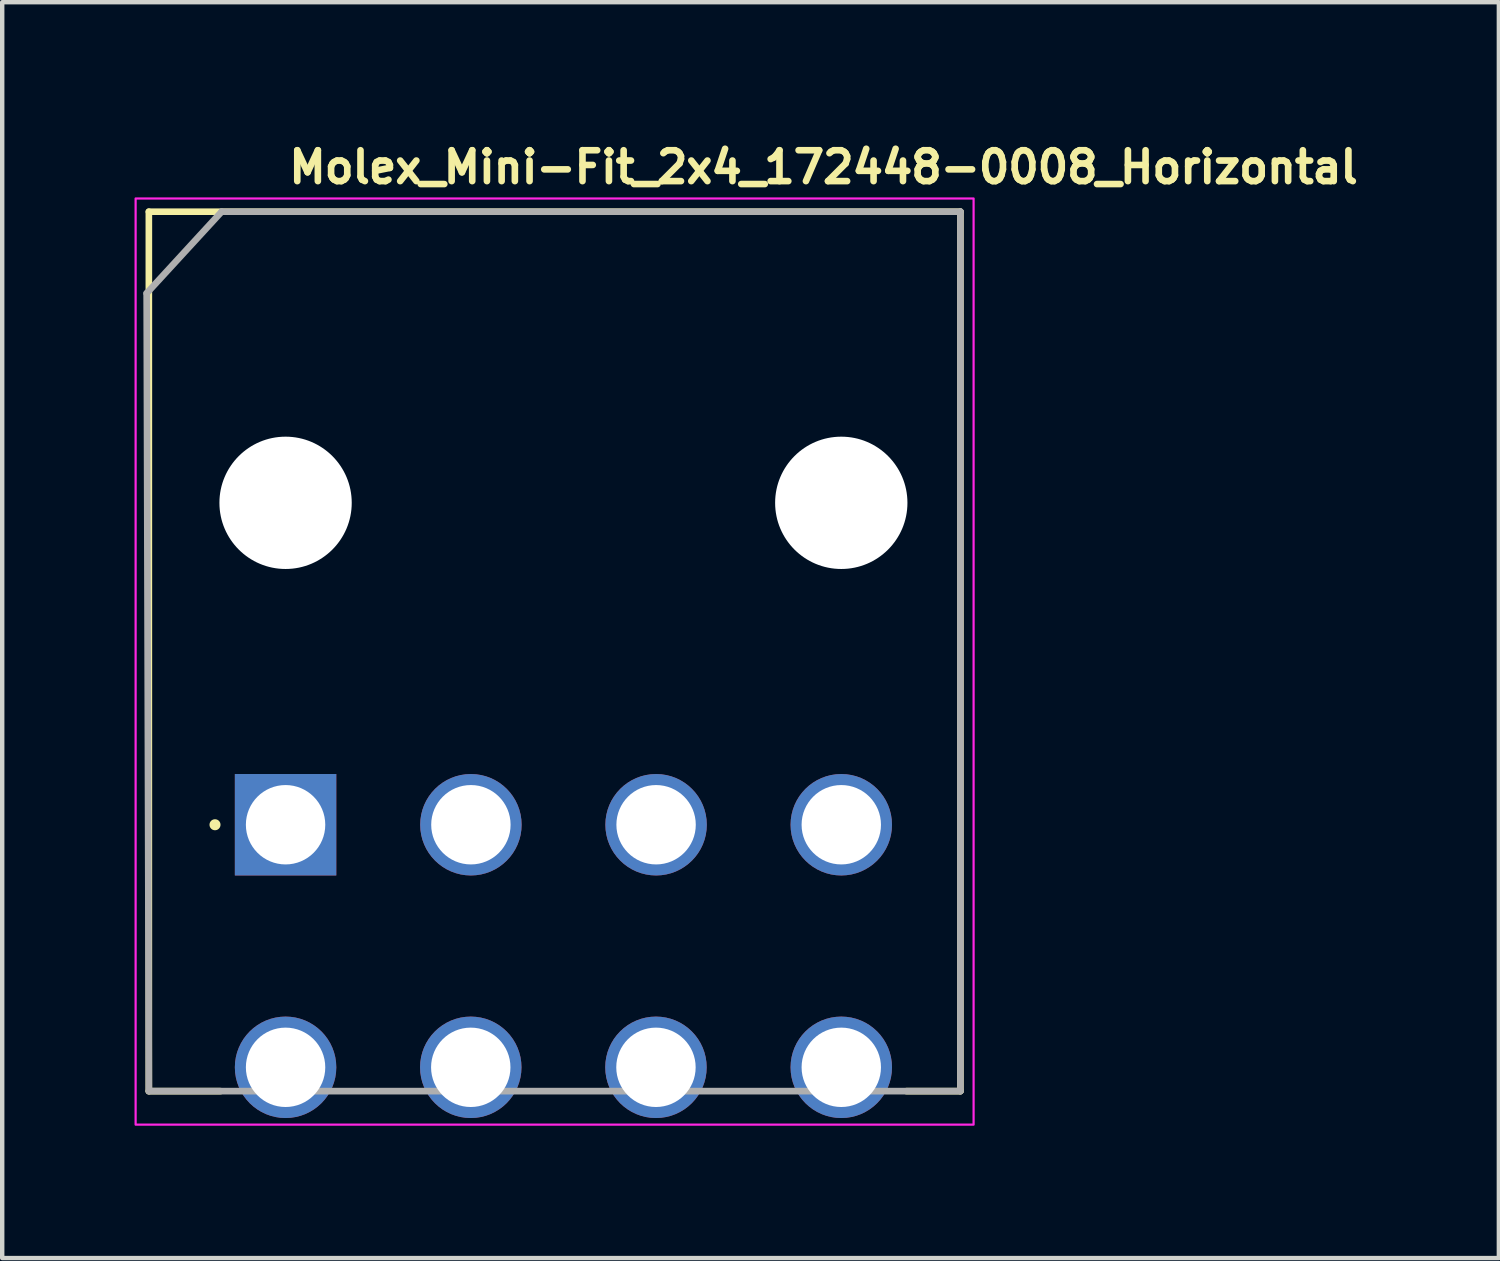
<source format=kicad_pcb>
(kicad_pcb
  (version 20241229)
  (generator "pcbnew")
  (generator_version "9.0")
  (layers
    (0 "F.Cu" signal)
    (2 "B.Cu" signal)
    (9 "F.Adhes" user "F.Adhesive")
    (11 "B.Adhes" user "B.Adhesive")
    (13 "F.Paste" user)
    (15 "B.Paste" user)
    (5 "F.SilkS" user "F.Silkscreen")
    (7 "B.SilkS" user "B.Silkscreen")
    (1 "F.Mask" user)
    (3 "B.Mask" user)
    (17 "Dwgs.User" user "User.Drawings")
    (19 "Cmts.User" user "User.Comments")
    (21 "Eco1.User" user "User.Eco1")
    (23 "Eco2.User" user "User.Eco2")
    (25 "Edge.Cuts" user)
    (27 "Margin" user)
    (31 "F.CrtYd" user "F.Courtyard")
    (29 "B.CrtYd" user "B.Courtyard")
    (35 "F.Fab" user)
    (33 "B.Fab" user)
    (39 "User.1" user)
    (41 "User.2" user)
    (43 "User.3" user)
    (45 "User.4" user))
  (footprint "Molex_Mini-Fit_2x4_172448-0008_Horizontal"
    (layer "F.Cu")
    (at 3.425 15.65)
    (property "Reference" "Molex_Mini-Fit_2x4_172448-0008_Horizontal" (at 0 -14.5 0) (layer "F.SilkS") (effects (font (size 0.7 0.7) (thickness 0.15)) (justify left bottom)))
    (attr through_hole)
    (fp_circle (center 0 -7.299) (end -0.788 -7.299) (stroke (width 1.576) (type solid)) (fill no) (layer "F.Mask"))
    (fp_circle (center 12.6 -7.299) (end 11.812 -7.299) (stroke (width 1.576) (type solid)) (fill no) (layer "F.Mask"))
    (fp_circle (center 0 -7.299) (end -0.788 -7.299) (stroke (width 1.576) (type solid)) (fill no) (layer "B.Mask"))
    (fp_circle (center 12.6 -7.299) (end 11.812 -7.299) (stroke (width 1.576) (type solid)) (fill no) (layer "B.Mask"))
    (fp_line (start -3.1 -13.9) (end 15.301 -13.9) (stroke (width 0.15) (type solid)) (layer "F.SilkS"))
    (fp_line (start -3.1 6.04) (end -3.1 -13.9) (stroke (width 0.15) (type solid)) (layer "F.SilkS"))
    (fp_line (start -3.1 6.04) (end -1.475 6.04) (stroke (width 0.15) (type solid)) (layer "F.SilkS"))
    (fp_line (start 15.301 -13.9) (end 15.301 6.04) (stroke (width 0.15) (type solid)) (layer "F.SilkS"))
    (fp_line (start 15.301 6.04) (end 14.077 6.04) (stroke (width 0.15) (type solid)) (layer "F.SilkS"))
    (fp_circle (center -1.6 0) (end -1.65 0) (stroke (width 0.15) (type solid)) (fill yes) (layer "F.SilkS"))
    (fp_rect (start 15.6 6.8) (end -3.4 -14.2) (stroke (width 0.05) (type solid)) (fill no) (layer "F.CrtYd"))
    (fp_line (start -3.15 -12.05) (end -1.45 -13.9) (stroke (width 0.15) (type solid)) (layer "F.Fab"))
    (fp_line (start -3.1 6.04) (end -3.15 -12.05) (stroke (width 0.15) (type solid)) (layer "F.Fab"))
    (fp_line (start -1.45 -13.9) (end 15.301 -13.9) (stroke (width 0.15) (type solid)) (layer "F.Fab"))
    (fp_line (start 15.301 -13.9) (end 15.301 6.04) (stroke (width 0.15) (type solid)) (layer "F.Fab"))
    (fp_line (start 15.301 6.04) (end -3.1 6.04) (stroke (width 0.15) (type solid)) (layer "F.Fab"))
    (fp_rect (start 15.301 6.476) (end -3.1 -13.788) (stroke (width 0.1) (type solid)) (fill no) (layer "User.5"))
    (fp_line (start -3.1 -13.788) (end -3.1 -0.988) (stroke (width 0.02) (type solid)) (layer "User.9"))
    (fp_line (start -2.982 -13.788) (end -3.1 -13.788) (stroke (width 0.02) (type solid)) (layer "User.9"))
    (fp_line (start -2.982 -13.788) (end -2.982 -13.788) (stroke (width 0.02) (type solid)) (layer "User.9"))
    (fp_line (start -2.982 -0.988) (end -3.1 -0.988) (stroke (width 0.02) (type solid)) (layer "User.9"))
    (fp_line (start -2.982 -0.988) (end -2.982 -0.988) (stroke (width 0.02) (type solid)) (layer "User.9"))
    (fp_line (start -2.7 -13.788) (end -2.982 -13.788) (stroke (width 0.02) (type solid)) (layer "User.9"))
    (fp_line (start -2.7 -13.788) (end -2.612 -13.788) (stroke (width 0.02) (type solid)) (layer "User.9"))
    (fp_line (start -2.7 -0.988) (end -2.982 -0.988) (stroke (width 0.02) (type solid)) (layer "User.9"))
    (fp_line (start -2.7 -0.988) (end -2.7 -13.788) (stroke (width 0.02) (type solid)) (layer "User.9"))
    (fp_line (start -2.612 -13.788) (end -2.612 -13.788) (stroke (width 0.02) (type solid)) (layer "User.9"))
    (fp_line (start -2.612 -13.788) (end -2.398 -13.788) (stroke (width 0.02) (type solid)) (layer "User.9"))
    (fp_line (start -2.612 -0.988) (end -2.7 -0.988) (stroke (width 0.02) (type solid)) (layer "User.9"))
    (fp_line (start -2.612 -0.988) (end -2.612 -0.988) (stroke (width 0.02) (type solid)) (layer "User.9"))
    (fp_line (start -2.398 -0.988) (end -2.612 -0.988) (stroke (width 0.02) (type solid)) (layer "User.9"))
    (fp_line (start -0.935 0.075) (end -0.933 0.133) (stroke (width 0.02) (type solid)) (layer "User.9"))
    (fp_line (start -0.933 0.019) (end -0.935 0.075) (stroke (width 0.02) (type solid)) (layer "User.9"))
    (fp_line (start -0.933 0.133) (end -0.928 0.187) (stroke (width 0.02) (type solid)) (layer "User.9"))
    (fp_line (start -0.928 -0.036) (end -0.933 0.019) (stroke (width 0.02) (type solid)) (layer "User.9"))
    (fp_line (start -0.928 0.187) (end -0.919 0.242) (stroke (width 0.02) (type solid)) (layer "User.9"))
    (fp_line (start -0.919 -0.09) (end -0.928 -0.036) (stroke (width 0.02) (type solid)) (layer "User.9"))
    (fp_line (start -0.919 0.242) (end -0.907 0.296) (stroke (width 0.02) (type solid)) (layer "User.9"))
    (fp_line (start -0.907 -0.144) (end -0.919 -0.09) (stroke (width 0.02) (type solid)) (layer "User.9"))
    (fp_line (start -0.907 0.296) (end -0.891 0.35) (stroke (width 0.02) (type solid)) (layer "User.9"))
    (fp_line (start -0.891 -0.198) (end -0.907 -0.144) (stroke (width 0.02) (type solid)) (layer "User.9"))
    (fp_line (start -0.891 0.35) (end -0.873 0.401) (stroke (width 0.02) (type solid)) (layer "User.9"))
    (fp_line (start -0.873 -0.248) (end -0.891 -0.198) (stroke (width 0.02) (type solid)) (layer "User.9"))
    (fp_line (start -0.873 0.401) (end -0.852 0.452) (stroke (width 0.02) (type solid)) (layer "User.9"))
    (fp_line (start -0.865 5.526) (end -0.861 5.476) (stroke (width 0.02) (type solid)) (layer "User.9"))
    (fp_line (start -0.865 5.577) (end -0.865 5.526) (stroke (width 0.02) (type solid)) (layer "User.9"))
    (fp_line (start -0.865 5.606) (end -0.865 5.577) (stroke (width 0.02) (type solid)) (layer "User.9"))
    (fp_line (start -0.865 5.635) (end -0.865 5.606) (stroke (width 0.02) (type solid)) (layer "User.9"))
    (fp_line (start -0.862 5.665) (end -0.865 5.635) (stroke (width 0.02) (type solid)) (layer "User.9"))
    (fp_line (start -0.861 5.476) (end -0.853 5.427) (stroke (width 0.02) (type solid)) (layer "User.9"))
    (fp_line (start -0.858 5.696) (end -0.862 5.665) (stroke (width 0.02) (type solid)) (layer "User.9"))
    (fp_line (start -0.853 5.427) (end -0.843 5.377) (stroke (width 0.02) (type solid)) (layer "User.9"))
    (fp_line (start -0.853 5.725) (end -0.858 5.696) (stroke (width 0.02) (type solid)) (layer "User.9"))
    (fp_line (start -0.852 -0.299) (end -0.873 -0.248) (stroke (width 0.02) (type solid)) (layer "User.9"))
    (fp_line (start -0.852 0.452) (end -0.828 0.5) (stroke (width 0.02) (type solid)) (layer "User.9"))
    (fp_line (start -0.849 5.753) (end -0.853 5.725) (stroke (width 0.02) (type solid)) (layer "User.9"))
    (fp_line (start -0.843 5.377) (end -0.832 5.329) (stroke (width 0.02) (type solid)) (layer "User.9"))
    (fp_line (start -0.842 5.782) (end -0.849 5.753) (stroke (width 0.02) (type solid)) (layer "User.9"))
    (fp_line (start -0.835 5.811) (end -0.842 5.782) (stroke (width 0.02) (type solid)) (layer "User.9"))
    (fp_line (start -0.832 5.329) (end -0.817 5.282) (stroke (width 0.02) (type solid)) (layer "User.9"))
    (fp_line (start -0.828 -0.349) (end -0.852 -0.299) (stroke (width 0.02) (type solid)) (layer "User.9"))
    (fp_line (start -0.828 0.5) (end -0.801 0.548) (stroke (width 0.02) (type solid)) (layer "User.9"))
    (fp_line (start -0.826 5.84) (end -0.835 5.811) (stroke (width 0.02) (type solid)) (layer "User.9"))
    (fp_line (start -0.817 5.282) (end -0.8 5.236) (stroke (width 0.02) (type solid)) (layer "User.9"))
    (fp_line (start -0.817 5.867) (end -0.826 5.84) (stroke (width 0.02) (type solid)) (layer "User.9"))
    (fp_line (start -0.807 5.895) (end -0.817 5.867) (stroke (width 0.02) (type solid)) (layer "User.9"))
    (fp_line (start -0.801 -0.396) (end -0.828 -0.349) (stroke (width 0.02) (type solid)) (layer "User.9"))
    (fp_line (start -0.801 0.548) (end -0.771 0.593) (stroke (width 0.02) (type solid)) (layer "User.9"))
    (fp_line (start -0.8 5.236) (end -0.779 5.191) (stroke (width 0.02) (type solid)) (layer "User.9"))
    (fp_line (start -0.797 5.922) (end -0.807 5.895) (stroke (width 0.02) (type solid)) (layer "User.9"))
    (fp_line (start -0.785 5.949) (end -0.797 5.922) (stroke (width 0.02) (type solid)) (layer "User.9"))
    (fp_line (start -0.779 5.191) (end -0.756 5.146) (stroke (width 0.02) (type solid)) (layer "User.9"))
    (fp_line (start -0.772 5.975) (end -0.785 5.949) (stroke (width 0.02) (type solid)) (layer "User.9"))
    (fp_line (start -0.771 -0.441) (end -0.801 -0.396) (stroke (width 0.02) (type solid)) (layer "User.9"))
    (fp_line (start -0.771 0.593) (end -0.737 0.637) (stroke (width 0.02) (type solid)) (layer "User.9"))
    (fp_line (start -0.759 6) (end -0.772 5.975) (stroke (width 0.02) (type solid)) (layer "User.9"))
    (fp_line (start -0.756 5.146) (end -0.733 5.103) (stroke (width 0.02) (type solid)) (layer "User.9"))
    (fp_line (start -0.746 6.026) (end -0.759 6) (stroke (width 0.02) (type solid)) (layer "User.9"))
    (fp_line (start -0.737 -0.485) (end -0.771 -0.441) (stroke (width 0.02) (type solid)) (layer "User.9"))
    (fp_line (start -0.737 0.637) (end -0.702 0.68) (stroke (width 0.02) (type solid)) (layer "User.9"))
    (fp_line (start -0.733 5.103) (end -0.705 5.063) (stroke (width 0.02) (type solid)) (layer "User.9"))
    (fp_line (start -0.73 6.05) (end -0.746 6.026) (stroke (width 0.02) (type solid)) (layer "User.9"))
    (fp_line (start -0.714 6.076) (end -0.73 6.05) (stroke (width 0.02) (type solid)) (layer "User.9"))
    (fp_line (start -0.705 5.063) (end -0.676 5.023) (stroke (width 0.02) (type solid)) (layer "User.9"))
    (fp_line (start -0.702 -0.528) (end -0.737 -0.485) (stroke (width 0.02) (type solid)) (layer "User.9"))
    (fp_line (start -0.702 0.68) (end -0.664 0.719) (stroke (width 0.02) (type solid)) (layer "User.9"))
    (fp_line (start -0.698 6.1) (end -0.714 6.076) (stroke (width 0.02) (type solid)) (layer "User.9"))
    (fp_line (start -0.681 6.122) (end -0.698 6.1) (stroke (width 0.02) (type solid)) (layer "User.9"))
    (fp_line (start -0.676 5.023) (end -0.644 4.984) (stroke (width 0.02) (type solid)) (layer "User.9"))
    (fp_line (start -0.664 -0.568) (end -0.702 -0.528) (stroke (width 0.02) (type solid)) (layer "User.9"))
    (fp_line (start -0.664 0.719) (end -0.622 0.756) (stroke (width 0.02) (type solid)) (layer "User.9"))
    (fp_line (start -0.663 6.146) (end -0.681 6.122) (stroke (width 0.02) (type solid)) (layer "User.9"))
    (fp_line (start -0.644 4.984) (end -0.611 4.947) (stroke (width 0.02) (type solid)) (layer "User.9"))
    (fp_line (start -0.644 6.169) (end -0.663 6.146) (stroke (width 0.02) (type solid)) (layer "User.9"))
    (fp_line (start -0.624 6.189) (end -0.644 6.169) (stroke (width 0.02) (type solid)) (layer "User.9"))
    (fp_line (start -0.622 -0.604) (end -0.664 -0.568) (stroke (width 0.02) (type solid)) (layer "User.9"))
    (fp_line (start -0.622 0.756) (end -0.579 0.792) (stroke (width 0.02) (type solid)) (layer "User.9"))
    (fp_line (start -0.611 4.947) (end -0.574 4.912) (stroke (width 0.02) (type solid)) (layer "User.9"))
    (fp_line (start -0.603 6.212) (end -0.624 6.189) (stroke (width 0.02) (type solid)) (layer "User.9"))
    (fp_line (start -0.583 6.231) (end -0.603 6.212) (stroke (width 0.02) (type solid)) (layer "User.9"))
    (fp_line (start -0.579 -0.64) (end -0.622 -0.604) (stroke (width 0.02) (type solid)) (layer "User.9"))
    (fp_line (start -0.579 0.792) (end -0.535 0.825) (stroke (width 0.02) (type solid)) (layer "User.9"))
    (fp_line (start -0.574 4.912) (end -0.537 4.88) (stroke (width 0.02) (type solid)) (layer "User.9"))
    (fp_line (start -0.56 6.252) (end -0.583 6.231) (stroke (width 0.02) (type solid)) (layer "User.9"))
    (fp_line (start -0.538 6.271) (end -0.56 6.252) (stroke (width 0.02) (type solid)) (layer "User.9"))
    (fp_line (start -0.535 -0.988) (end -0.535 4.577) (stroke (width 0.02) (type solid)) (layer "User.9"))
    (fp_line (start -0.535 -0.673) (end -0.579 -0.64) (stroke (width 0.02) (type solid)) (layer "User.9"))
    (fp_line (start -0.535 4.577) (end -0.535 5.095) (stroke (width 0.02) (type solid)) (layer "User.9"))
    (fp_line (start -0.535 5.095) (end -0.535 5.095) (stroke (width 0.02) (type solid)) (layer "User.9"))
    (fp_line (start -0.535 5.095) (end -0.535 5.257) (stroke (width 0.02) (type solid)) (layer "User.9"))
    (fp_line (start -0.535 5.257) (end -0.535 5.257) (stroke (width 0.02) (type solid)) (layer "User.9"))
    (fp_line (start -0.535 5.257) (end -0.535 5.412) (stroke (width 0.02) (type solid)) (layer "User.9"))
    (fp_line (start -0.535 5.412) (end -0.535 5.412) (stroke (width 0.02) (type solid)) (layer "User.9"))
    (fp_line (start -0.535 5.412) (end -0.535 5.555) (stroke (width 0.02) (type solid)) (layer "User.9"))
    (fp_line (start -0.535 5.555) (end -0.535 5.555) (stroke (width 0.02) (type solid)) (layer "User.9"))
    (fp_line (start -0.535 5.555) (end -0.535 5.686) (stroke (width 0.02) (type solid)) (layer "User.9"))
    (fp_line (start -0.535 5.686) (end -0.535 5.686) (stroke (width 0.02) (type solid)) (layer "User.9"))
    (fp_line (start -0.535 5.686) (end -0.535 5.803) (stroke (width 0.02) (type solid)) (layer "User.9"))
    (fp_line (start -0.535 5.803) (end -0.535 5.803) (stroke (width 0.02) (type solid)) (layer "User.9"))
    (fp_line (start -0.535 5.803) (end -0.535 5.906) (stroke (width 0.02) (type solid)) (layer "User.9"))
    (fp_line (start -0.535 5.906) (end -0.535 5.906) (stroke (width 0.02) (type solid)) (layer "User.9"))
    (fp_line (start -0.535 5.906) (end -0.535 5.991) (stroke (width 0.02) (type solid)) (layer "User.9"))
    (fp_line (start -0.535 5.991) (end -0.535 5.991) (stroke (width 0.02) (type solid)) (layer "User.9"))
    (fp_line (start -0.535 5.991) (end -0.535 6.058) (stroke (width 0.02) (type solid)) (layer "User.9"))
    (fp_line (start -0.535 6.058) (end -0.535 6.058) (stroke (width 0.02) (type solid)) (layer "User.9"))
    (fp_line (start -0.535 6.058) (end -0.535 6.106) (stroke (width 0.02) (type solid)) (layer "User.9"))
    (fp_line (start -0.535 6.106) (end -0.535 6.106) (stroke (width 0.02) (type solid)) (layer "User.9"))
    (fp_line (start -0.535 6.106) (end -0.535 6.136) (stroke (width 0.02) (type solid)) (layer "User.9"))
    (fp_line (start -0.535 6.136) (end -0.535 6.136) (stroke (width 0.02) (type solid)) (layer "User.9"))
    (fp_line (start -0.535 6.136) (end -0.535 6.146) (stroke (width 0.02) (type solid)) (layer "User.9"))
    (fp_line (start -0.515 6.289) (end -0.538 6.271) (stroke (width 0.02) (type solid)) (layer "User.9"))
    (fp_line (start -0.492 6.306) (end -0.515 6.289) (stroke (width 0.02) (type solid)) (layer "User.9"))
    (fp_line (start -0.467 6.324) (end -0.492 6.306) (stroke (width 0.02) (type solid)) (layer "User.9"))
    (fp_line (start -0.442 6.34) (end -0.467 6.324) (stroke (width 0.02) (type solid)) (layer "User.9"))
    (fp_line (start -0.416 6.356) (end -0.442 6.34) (stroke (width 0.02) (type solid)) (layer "User.9"))
    (fp_line (start -0.416 6.356) (end -0.416 6.356) (stroke (width 0.02) (type solid)) (layer "User.9"))
    (fp_line (start -0.364 6.383) (end -0.416 6.356) (stroke (width 0.02) (type solid)) (layer "User.9"))
    (fp_line (start -0.308 6.409) (end -0.364 6.383) (stroke (width 0.02) (type solid)) (layer "User.9"))
    (fp_line (start -0.253 6.428) (end -0.308 6.409) (stroke (width 0.02) (type solid)) (layer "User.9"))
    (fp_line (start -0.198 6.446) (end -0.253 6.428) (stroke (width 0.02) (type solid)) (layer "User.9"))
    (fp_line (start -0.14 6.46) (end -0.198 6.446) (stroke (width 0.02) (type solid)) (layer "User.9"))
    (fp_line (start -0.083 6.468) (end -0.14 6.46) (stroke (width 0.02) (type solid)) (layer "User.9"))
    (fp_line (start -0.025 6.475) (end -0.083 6.468) (stroke (width 0.02) (type solid)) (layer "User.9"))
    (fp_line (start 0.033 6.476) (end -0.025 6.475) (stroke (width 0.02) (type solid)) (layer "User.9"))
    (fp_line (start 0.093 6.475) (end 0.033 6.476) (stroke (width 0.02) (type solid)) (layer "User.9"))
    (fp_line (start 0.151 6.468) (end 0.093 6.475) (stroke (width 0.02) (type solid)) (layer "User.9"))
    (fp_line (start 0.208 6.46) (end 0.151 6.468) (stroke (width 0.02) (type solid)) (layer "User.9"))
    (fp_line (start 0.266 6.446) (end 0.208 6.46) (stroke (width 0.02) (type solid)) (layer "User.9"))
    (fp_line (start 0.321 6.428) (end 0.266 6.446) (stroke (width 0.02) (type solid)) (layer "User.9"))
    (fp_line (start 0.376 6.409) (end 0.321 6.428) (stroke (width 0.02) (type solid)) (layer "User.9"))
    (fp_line (start 0.431 6.383) (end 0.376 6.409) (stroke (width 0.02) (type solid)) (layer "User.9"))
    (fp_line (start 0.484 6.356) (end 0.431 6.383) (stroke (width 0.02) (type solid)) (layer "User.9"))
    (fp_line (start 0.484 6.356) (end 0.484 6.356) (stroke (width 0.02) (type solid)) (layer "User.9"))
    (fp_line (start 0.535 4.577) (end 0.535 5.095) (stroke (width 0.02) (type solid)) (layer "User.9"))
    (fp_line (start 0.535 4.827) (end 0.58 4.861) (stroke (width 0.02) (type solid)) (layer "User.9"))
    (fp_line (start 0.535 5.095) (end 0.535 5.095) (stroke (width 0.02) (type solid)) (layer "User.9"))
    (fp_line (start 0.535 5.095) (end 0.535 5.257) (stroke (width 0.02) (type solid)) (layer "User.9"))
    (fp_line (start 0.535 5.257) (end 0.535 5.257) (stroke (width 0.02) (type solid)) (layer "User.9"))
    (fp_line (start 0.535 5.257) (end 0.535 5.412) (stroke (width 0.02) (type solid)) (layer "User.9"))
    (fp_line (start 0.535 5.412) (end 0.535 5.412) (stroke (width 0.02) (type solid)) (layer "User.9"))
    (fp_line (start 0.535 5.412) (end 0.535 5.555) (stroke (width 0.02) (type solid)) (layer "User.9"))
    (fp_line (start 0.535 5.555) (end 0.535 5.555) (stroke (width 0.02) (type solid)) (layer "User.9"))
    (fp_line (start 0.535 5.555) (end 0.535 5.686) (stroke (width 0.02) (type solid)) (layer "User.9"))
    (fp_line (start 0.535 5.686) (end 0.535 5.686) (stroke (width 0.02) (type solid)) (layer "User.9"))
    (fp_line (start 0.535 5.686) (end 0.535 5.803) (stroke (width 0.02) (type solid)) (layer "User.9"))
    (fp_line (start 0.535 5.803) (end 0.535 5.803) (stroke (width 0.02) (type solid)) (layer "User.9"))
    (fp_line (start 0.535 5.803) (end 0.535 5.906) (stroke (width 0.02) (type solid)) (layer "User.9"))
    (fp_line (start 0.535 5.906) (end 0.535 5.906) (stroke (width 0.02) (type solid)) (layer "User.9"))
    (fp_line (start 0.535 5.906) (end 0.535 5.991) (stroke (width 0.02) (type solid)) (layer "User.9"))
    (fp_line (start 0.535 5.991) (end 0.535 5.991) (stroke (width 0.02) (type solid)) (layer "User.9"))
    (fp_line (start 0.535 5.991) (end 0.535 6.058) (stroke (width 0.02) (type solid)) (layer "User.9"))
    (fp_line (start 0.535 6.058) (end 0.535 6.058) (stroke (width 0.02) (type solid)) (layer "User.9"))
    (fp_line (start 0.535 6.058) (end 0.535 6.106) (stroke (width 0.02) (type solid)) (layer "User.9"))
    (fp_line (start 0.535 6.106) (end 0.535 6.106) (stroke (width 0.02) (type solid)) (layer "User.9"))
    (fp_line (start 0.535 6.106) (end 0.535 6.136) (stroke (width 0.02) (type solid)) (layer "User.9"))
    (fp_line (start 0.535 6.136) (end 0.535 6.136) (stroke (width 0.02) (type solid)) (layer "User.9"))
    (fp_line (start 0.535 6.136) (end 0.535 6.146) (stroke (width 0.02) (type solid)) (layer "User.9"))
    (fp_line (start 0.535 6.146) (end -0.535 6.146) (stroke (width 0.02) (type solid)) (layer "User.9"))
    (fp_line (start 0.535 6.324) (end 0.484 6.356) (stroke (width 0.02) (type solid)) (layer "User.9"))
    (fp_line (start 0.537 -0.988) (end 0.537 4.577) (stroke (width 0.02) (type solid)) (layer "User.9"))
    (fp_line (start 0.537 0.773) (end 0.575 0.739) (stroke (width 0.02) (type solid)) (layer "User.9"))
    (fp_line (start 0.575 -0.587) (end 0.537 -0.62) (stroke (width 0.02) (type solid)) (layer "User.9"))
    (fp_line (start 0.575 0.739) (end 0.61 0.704) (stroke (width 0.02) (type solid)) (layer "User.9"))
    (fp_line (start 0.58 4.861) (end 0.622 4.896) (stroke (width 0.02) (type solid)) (layer "User.9"))
    (fp_line (start 0.584 6.289) (end 0.535 6.324) (stroke (width 0.02) (type solid)) (layer "User.9"))
    (fp_line (start 0.61 -0.553) (end 0.575 -0.587) (stroke (width 0.02) (type solid)) (layer "User.9"))
    (fp_line (start 0.61 0.704) (end 0.645 0.668) (stroke (width 0.02) (type solid)) (layer "User.9"))
    (fp_line (start 0.622 4.896) (end 0.664 4.933) (stroke (width 0.02) (type solid)) (layer "User.9"))
    (fp_line (start 0.629 6.252) (end 0.584 6.289) (stroke (width 0.02) (type solid)) (layer "User.9"))
    (fp_line (start 0.645 -0.516) (end 0.61 -0.553) (stroke (width 0.02) (type solid)) (layer "User.9"))
    (fp_line (start 0.645 0.668) (end 0.676 0.629) (stroke (width 0.02) (type solid)) (layer "User.9"))
    (fp_line (start 0.664 4.933) (end 0.702 4.973) (stroke (width 0.02) (type solid)) (layer "User.9"))
    (fp_line (start 0.671 6.212) (end 0.629 6.252) (stroke (width 0.02) (type solid)) (layer "User.9"))
    (fp_line (start 0.676 -0.478) (end 0.645 -0.516) (stroke (width 0.02) (type solid)) (layer "User.9"))
    (fp_line (start 0.676 0.629) (end 0.705 0.589) (stroke (width 0.02) (type solid)) (layer "User.9"))
    (fp_line (start 0.702 4.973) (end 0.738 5.015) (stroke (width 0.02) (type solid)) (layer "User.9"))
    (fp_line (start 0.705 -0.437) (end 0.676 -0.478) (stroke (width 0.02) (type solid)) (layer "User.9"))
    (fp_line (start 0.705 0.589) (end 0.732 0.549) (stroke (width 0.02) (type solid)) (layer "User.9"))
    (fp_line (start 0.712 6.169) (end 0.671 6.212) (stroke (width 0.02) (type solid)) (layer "User.9"))
    (fp_line (start 0.732 -0.397) (end 0.705 -0.437) (stroke (width 0.02) (type solid)) (layer "User.9"))
    (fp_line (start 0.732 0.549) (end 0.756 0.505) (stroke (width 0.02) (type solid)) (layer "User.9"))
    (fp_line (start 0.738 5.015) (end 0.77 5.058) (stroke (width 0.02) (type solid)) (layer "User.9"))
    (fp_line (start 0.748 6.122) (end 0.712 6.169) (stroke (width 0.02) (type solid)) (layer "User.9"))
    (fp_line (start 0.756 -0.353) (end 0.732 -0.397) (stroke (width 0.02) (type solid)) (layer "User.9"))
    (fp_line (start 0.756 0.505) (end 0.78 0.462) (stroke (width 0.02) (type solid)) (layer "User.9"))
    (fp_line (start 0.77 5.058) (end 0.801 5.104) (stroke (width 0.02) (type solid)) (layer "User.9"))
    (fp_line (start 0.78 -0.309) (end 0.756 -0.353) (stroke (width 0.02) (type solid)) (layer "User.9"))
    (fp_line (start 0.78 0.462) (end 0.8 0.417) (stroke (width 0.02) (type solid)) (layer "User.9"))
    (fp_line (start 0.783 6.076) (end 0.748 6.122) (stroke (width 0.02) (type solid)) (layer "User.9"))
    (fp_line (start 0.8 -0.265) (end 0.78 -0.309) (stroke (width 0.02) (type solid)) (layer "User.9"))
    (fp_line (start 0.8 0.417) (end 0.817 0.369) (stroke (width 0.02) (type solid)) (layer "User.9"))
    (fp_line (start 0.801 5.104) (end 0.828 5.151) (stroke (width 0.02) (type solid)) (layer "User.9"))
    (fp_line (start 0.814 6.026) (end 0.783 6.076) (stroke (width 0.02) (type solid)) (layer "User.9"))
    (fp_line (start 0.817 -0.217) (end 0.8 -0.265) (stroke (width 0.02) (type solid)) (layer "User.9"))
    (fp_line (start 0.817 0.369) (end 0.832 0.323) (stroke (width 0.02) (type solid)) (layer "User.9"))
    (fp_line (start 0.828 5.151) (end 0.853 5.201) (stroke (width 0.02) (type solid)) (layer "User.9"))
    (fp_line (start 0.832 -0.171) (end 0.817 -0.217) (stroke (width 0.02) (type solid)) (layer "User.9"))
    (fp_line (start 0.832 0.323) (end 0.843 0.275) (stroke (width 0.02) (type solid)) (layer "User.9"))
    (fp_line (start 0.84 5.975) (end 0.814 6.026) (stroke (width 0.02) (type solid)) (layer "User.9"))
    (fp_line (start 0.843 -0.122) (end 0.832 -0.171) (stroke (width 0.02) (type solid)) (layer "User.9"))
    (fp_line (start 0.843 0.275) (end 0.853 0.226) (stroke (width 0.02) (type solid)) (layer "User.9"))
    (fp_line (start 0.853 -0.073) (end 0.843 -0.122) (stroke (width 0.02) (type solid)) (layer "User.9"))
    (fp_line (start 0.853 0.226) (end 0.86 0.176) (stroke (width 0.02) (type solid)) (layer "User.9"))
    (fp_line (start 0.853 5.201) (end 0.873 5.252) (stroke (width 0.02) (type solid)) (layer "User.9"))
    (fp_line (start 0.86 -0.025) (end 0.853 -0.073) (stroke (width 0.02) (type solid)) (layer "User.9"))
    (fp_line (start 0.86 0.176) (end 0.864 0.126) (stroke (width 0.02) (type solid)) (layer "User.9"))
    (fp_line (start 0.864 0.026) (end 0.86 -0.025) (stroke (width 0.02) (type solid)) (layer "User.9"))
    (fp_line (start 0.864 0.126) (end 0.865 0.075) (stroke (width 0.02) (type solid)) (layer "User.9"))
    (fp_line (start 0.865 0.075) (end 0.864 0.026) (stroke (width 0.02) (type solid)) (layer "User.9"))
    (fp_line (start 0.866 5.922) (end 0.84 5.975) (stroke (width 0.02) (type solid)) (layer "User.9"))
    (fp_line (start 0.873 5.252) (end 0.892 5.303) (stroke (width 0.02) (type solid)) (layer "User.9"))
    (fp_line (start 0.885 5.867) (end 0.866 5.922) (stroke (width 0.02) (type solid)) (layer "User.9"))
    (fp_line (start 0.892 5.303) (end 0.907 5.356) (stroke (width 0.02) (type solid)) (layer "User.9"))
    (fp_line (start 0.902 5.811) (end 0.885 5.867) (stroke (width 0.02) (type solid)) (layer "User.9"))
    (fp_line (start 0.907 5.356) (end 0.918 5.409) (stroke (width 0.02) (type solid)) (layer "User.9"))
    (fp_line (start 0.917 5.753) (end 0.902 5.811) (stroke (width 0.02) (type solid)) (layer "User.9"))
    (fp_line (start 0.918 5.409) (end 0.927 5.465) (stroke (width 0.02) (type solid)) (layer "User.9"))
    (fp_line (start 0.927 5.465) (end 0.933 5.52) (stroke (width 0.02) (type solid)) (layer "User.9"))
    (fp_line (start 0.927 5.696) (end 0.917 5.753) (stroke (width 0.02) (type solid)) (layer "User.9"))
    (fp_line (start 0.933 5.52) (end 0.934 5.577) (stroke (width 0.02) (type solid)) (layer "User.9"))
    (fp_line (start 0.933 5.635) (end 0.927 5.696) (stroke (width 0.02) (type solid)) (layer "User.9"))
    (fp_line (start 0.934 5.577) (end 0.933 5.635) (stroke (width 0.02) (type solid)) (layer "User.9"))
    (fp_line (start 3.266 0.075) (end 3.267 0.133) (stroke (width 0.02) (type solid)) (layer "User.9"))
    (fp_line (start 3.267 0.019) (end 3.266 0.075) (stroke (width 0.02) (type solid)) (layer "User.9"))
    (fp_line (start 3.267 0.133) (end 3.273 0.187) (stroke (width 0.02) (type solid)) (layer "User.9"))
    (fp_line (start 3.273 -0.036) (end 3.267 0.019) (stroke (width 0.02) (type solid)) (layer "User.9"))
    (fp_line (start 3.273 0.187) (end 3.282 0.242) (stroke (width 0.02) (type solid)) (layer "User.9"))
    (fp_line (start 3.282 -0.09) (end 3.273 -0.036) (stroke (width 0.02) (type solid)) (layer "User.9"))
    (fp_line (start 3.282 0.242) (end 3.294 0.296) (stroke (width 0.02) (type solid)) (layer "User.9"))
    (fp_line (start 3.294 -0.144) (end 3.282 -0.09) (stroke (width 0.02) (type solid)) (layer "User.9"))
    (fp_line (start 3.294 0.296) (end 3.309 0.35) (stroke (width 0.02) (type solid)) (layer "User.9"))
    (fp_line (start 3.309 -0.198) (end 3.294 -0.144) (stroke (width 0.02) (type solid)) (layer "User.9"))
    (fp_line (start 3.309 0.35) (end 3.326 0.401) (stroke (width 0.02) (type solid)) (layer "User.9"))
    (fp_line (start 3.326 -0.248) (end 3.309 -0.198) (stroke (width 0.02) (type solid)) (layer "User.9"))
    (fp_line (start 3.326 0.401) (end 3.347 0.452) (stroke (width 0.02) (type solid)) (layer "User.9"))
    (fp_line (start 3.334 5.577) (end 3.336 5.526) (stroke (width 0.02) (type solid)) (layer "User.9"))
    (fp_line (start 3.334 5.606) (end 3.334 5.577) (stroke (width 0.02) (type solid)) (layer "User.9"))
    (fp_line (start 3.336 5.526) (end 3.34 5.476) (stroke (width 0.02) (type solid)) (layer "User.9"))
    (fp_line (start 3.336 5.635) (end 3.334 5.606) (stroke (width 0.02) (type solid)) (layer "User.9"))
    (fp_line (start 3.338 5.665) (end 3.336 5.635) (stroke (width 0.02) (type solid)) (layer "User.9"))
    (fp_line (start 3.34 5.476) (end 3.347 5.427) (stroke (width 0.02) (type solid)) (layer "User.9"))
    (fp_line (start 3.341 5.696) (end 3.338 5.665) (stroke (width 0.02) (type solid)) (layer "User.9"))
    (fp_line (start 3.347 -0.299) (end 3.326 -0.248) (stroke (width 0.02) (type solid)) (layer "User.9"))
    (fp_line (start 3.347 0.452) (end 3.372 0.5) (stroke (width 0.02) (type solid)) (layer "User.9"))
    (fp_line (start 3.347 5.427) (end 3.356 5.377) (stroke (width 0.02) (type solid)) (layer "User.9"))
    (fp_line (start 3.347 5.725) (end 3.341 5.696) (stroke (width 0.02) (type solid)) (layer "User.9"))
    (fp_line (start 3.352 5.753) (end 3.347 5.725) (stroke (width 0.02) (type solid)) (layer "User.9"))
    (fp_line (start 3.356 5.377) (end 3.369 5.329) (stroke (width 0.02) (type solid)) (layer "User.9"))
    (fp_line (start 3.357 5.782) (end 3.352 5.753) (stroke (width 0.02) (type solid)) (layer "User.9"))
    (fp_line (start 3.366 5.811) (end 3.357 5.782) (stroke (width 0.02) (type solid)) (layer "User.9"))
    (fp_line (start 3.369 5.329) (end 3.383 5.282) (stroke (width 0.02) (type solid)) (layer "User.9"))
    (fp_line (start 3.372 -0.349) (end 3.347 -0.299) (stroke (width 0.02) (type solid)) (layer "User.9"))
    (fp_line (start 3.372 0.5) (end 3.399 0.548) (stroke (width 0.02) (type solid)) (layer "User.9"))
    (fp_line (start 3.373 5.84) (end 3.366 5.811) (stroke (width 0.02) (type solid)) (layer "User.9"))
    (fp_line (start 3.382 5.867) (end 3.373 5.84) (stroke (width 0.02) (type solid)) (layer "User.9"))
    (fp_line (start 3.383 5.282) (end 3.401 5.236) (stroke (width 0.02) (type solid)) (layer "User.9"))
    (fp_line (start 3.392 5.895) (end 3.382 5.867) (stroke (width 0.02) (type solid)) (layer "User.9"))
    (fp_line (start 3.399 -0.396) (end 3.372 -0.349) (stroke (width 0.02) (type solid)) (layer "User.9"))
    (fp_line (start 3.399 0.548) (end 3.43 0.593) (stroke (width 0.02) (type solid)) (layer "User.9"))
    (fp_line (start 3.401 5.236) (end 3.42 5.191) (stroke (width 0.02) (type solid)) (layer "User.9"))
    (fp_line (start 3.402 5.922) (end 3.392 5.895) (stroke (width 0.02) (type solid)) (layer "User.9"))
    (fp_line (start 3.414 5.949) (end 3.402 5.922) (stroke (width 0.02) (type solid)) (layer "User.9"))
    (fp_line (start 3.42 5.191) (end 3.443 5.146) (stroke (width 0.02) (type solid)) (layer "User.9"))
    (fp_line (start 3.427 5.975) (end 3.414 5.949) (stroke (width 0.02) (type solid)) (layer "User.9"))
    (fp_line (start 3.43 -0.441) (end 3.399 -0.396) (stroke (width 0.02) (type solid)) (layer "User.9"))
    (fp_line (start 3.43 0.593) (end 3.463 0.637) (stroke (width 0.02) (type solid)) (layer "User.9"))
    (fp_line (start 3.44 6) (end 3.427 5.975) (stroke (width 0.02) (type solid)) (layer "User.9"))
    (fp_line (start 3.443 5.146) (end 3.468 5.103) (stroke (width 0.02) (type solid)) (layer "User.9"))
    (fp_line (start 3.455 6.026) (end 3.44 6) (stroke (width 0.02) (type solid)) (layer "User.9"))
    (fp_line (start 3.463 -0.485) (end 3.43 -0.441) (stroke (width 0.02) (type solid)) (layer "User.9"))
    (fp_line (start 3.463 0.637) (end 3.499 0.68) (stroke (width 0.02) (type solid)) (layer "User.9"))
    (fp_line (start 3.468 5.103) (end 3.494 5.063) (stroke (width 0.02) (type solid)) (layer "User.9"))
    (fp_line (start 3.469 6.05) (end 3.455 6.026) (stroke (width 0.02) (type solid)) (layer "User.9"))
    (fp_line (start 3.485 6.076) (end 3.469 6.05) (stroke (width 0.02) (type solid)) (layer "User.9"))
    (fp_line (start 3.494 5.063) (end 3.524 5.023) (stroke (width 0.02) (type solid)) (layer "User.9"))
    (fp_line (start 3.499 -0.528) (end 3.463 -0.485) (stroke (width 0.02) (type solid)) (layer "User.9"))
    (fp_line (start 3.499 0.68) (end 3.536 0.719) (stroke (width 0.02) (type solid)) (layer "User.9"))
    (fp_line (start 3.501 6.1) (end 3.485 6.076) (stroke (width 0.02) (type solid)) (layer "User.9"))
    (fp_line (start 3.52 6.122) (end 3.501 6.1) (stroke (width 0.02) (type solid)) (layer "User.9"))
    (fp_line (start 3.524 5.023) (end 3.555 4.984) (stroke (width 0.02) (type solid)) (layer "User.9"))
    (fp_line (start 3.536 -0.568) (end 3.499 -0.528) (stroke (width 0.02) (type solid)) (layer "User.9"))
    (fp_line (start 3.536 0.719) (end 3.577 0.756) (stroke (width 0.02) (type solid)) (layer "User.9"))
    (fp_line (start 3.538 6.146) (end 3.52 6.122) (stroke (width 0.02) (type solid)) (layer "User.9"))
    (fp_line (start 3.555 4.984) (end 3.59 4.947) (stroke (width 0.02) (type solid)) (layer "User.9"))
    (fp_line (start 3.556 6.169) (end 3.538 6.146) (stroke (width 0.02) (type solid)) (layer "User.9"))
    (fp_line (start 3.575 6.189) (end 3.556 6.169) (stroke (width 0.02) (type solid)) (layer "User.9"))
    (fp_line (start 3.577 -0.604) (end 3.536 -0.568) (stroke (width 0.02) (type solid)) (layer "User.9"))
    (fp_line (start 3.577 0.756) (end 3.621 0.792) (stroke (width 0.02) (type solid)) (layer "User.9"))
    (fp_line (start 3.59 4.947) (end 3.625 4.912) (stroke (width 0.02) (type solid)) (layer "User.9"))
    (fp_line (start 3.597 6.212) (end 3.575 6.189) (stroke (width 0.02) (type solid)) (layer "User.9"))
    (fp_line (start 3.618 6.231) (end 3.597 6.212) (stroke (width 0.02) (type solid)) (layer "User.9"))
    (fp_line (start 3.621 -0.64) (end 3.577 -0.604) (stroke (width 0.02) (type solid)) (layer "User.9"))
    (fp_line (start 3.621 0.792) (end 3.665 0.825) (stroke (width 0.02) (type solid)) (layer "User.9"))
    (fp_line (start 3.625 4.912) (end 3.664 4.88) (stroke (width 0.02) (type solid)) (layer "User.9"))
    (fp_line (start 3.639 6.252) (end 3.618 6.231) (stroke (width 0.02) (type solid)) (layer "User.9"))
    (fp_line (start 3.661 6.271) (end 3.639 6.252) (stroke (width 0.02) (type solid)) (layer "User.9"))
    (fp_line (start 3.664 4.577) (end 3.664 5.095) (stroke (width 0.02) (type solid)) (layer "User.9"))
    (fp_line (start 3.664 5.095) (end 3.664 5.095) (stroke (width 0.02) (type solid)) (layer "User.9"))
    (fp_line (start 3.664 5.095) (end 3.664 5.257) (stroke (width 0.02) (type solid)) (layer "User.9"))
    (fp_line (start 3.664 5.257) (end 3.664 5.257) (stroke (width 0.02) (type solid)) (layer "User.9"))
    (fp_line (start 3.664 5.257) (end 3.664 5.412) (stroke (width 0.02) (type solid)) (layer "User.9"))
    (fp_line (start 3.664 5.412) (end 3.664 5.412) (stroke (width 0.02) (type solid)) (layer "User.9"))
    (fp_line (start 3.664 5.412) (end 3.664 5.555) (stroke (width 0.02) (type solid)) (layer "User.9"))
    (fp_line (start 3.664 5.555) (end 3.664 5.555) (stroke (width 0.02) (type solid)) (layer "User.9"))
    (fp_line (start 3.664 5.555) (end 3.664 5.686) (stroke (width 0.02) (type solid)) (layer "User.9"))
    (fp_line (start 3.664 5.686) (end 3.664 5.686) (stroke (width 0.02) (type solid)) (layer "User.9"))
    (fp_line (start 3.664 5.686) (end 3.664 5.803) (stroke (width 0.02) (type solid)) (layer "User.9"))
    (fp_line (start 3.664 5.803) (end 3.664 5.803) (stroke (width 0.02) (type solid)) (layer "User.9"))
    (fp_line (start 3.664 5.803) (end 3.664 5.906) (stroke (width 0.02) (type solid)) (layer "User.9"))
    (fp_line (start 3.664 5.906) (end 3.664 5.906) (stroke (width 0.02) (type solid)) (layer "User.9"))
    (fp_line (start 3.664 5.906) (end 3.664 5.991) (stroke (width 0.02) (type solid)) (layer "User.9"))
    (fp_line (start 3.664 5.991) (end 3.664 5.991) (stroke (width 0.02) (type solid)) (layer "User.9"))
    (fp_line (start 3.664 5.991) (end 3.664 6.058) (stroke (width 0.02) (type solid)) (layer "User.9"))
    (fp_line (start 3.664 6.058) (end 3.664 6.058) (stroke (width 0.02) (type solid)) (layer "User.9"))
    (fp_line (start 3.664 6.058) (end 3.664 6.106) (stroke (width 0.02) (type solid)) (layer "User.9"))
    (fp_line (start 3.664 6.106) (end 3.664 6.106) (stroke (width 0.02) (type solid)) (layer "User.9"))
    (fp_line (start 3.664 6.106) (end 3.664 6.136) (stroke (width 0.02) (type solid)) (layer "User.9"))
    (fp_line (start 3.664 6.136) (end 3.664 6.136) (stroke (width 0.02) (type solid)) (layer "User.9"))
    (fp_line (start 3.664 6.136) (end 3.664 6.146) (stroke (width 0.02) (type solid)) (layer "User.9"))
    (fp_line (start 3.665 -0.988) (end 3.665 4.577) (stroke (width 0.02) (type solid)) (layer "User.9"))
    (fp_line (start 3.665 -0.673) (end 3.621 -0.64) (stroke (width 0.02) (type solid)) (layer "User.9"))
    (fp_line (start 3.684 6.289) (end 3.661 6.271) (stroke (width 0.02) (type solid)) (layer "User.9"))
    (fp_line (start 3.709 6.306) (end 3.684 6.289) (stroke (width 0.02) (type solid)) (layer "User.9"))
    (fp_line (start 3.734 6.324) (end 3.709 6.306) (stroke (width 0.02) (type solid)) (layer "User.9"))
    (fp_line (start 3.759 6.34) (end 3.734 6.324) (stroke (width 0.02) (type solid)) (layer "User.9"))
    (fp_line (start 3.785 6.356) (end 3.759 6.34) (stroke (width 0.02) (type solid)) (layer "User.9"))
    (fp_line (start 3.785 6.356) (end 3.785 6.356) (stroke (width 0.02) (type solid)) (layer "User.9"))
    (fp_line (start 3.837 6.383) (end 3.785 6.356) (stroke (width 0.02) (type solid)) (layer "User.9"))
    (fp_line (start 3.891 6.409) (end 3.837 6.383) (stroke (width 0.02) (type solid)) (layer "User.9"))
    (fp_line (start 3.946 6.428) (end 3.891 6.409) (stroke (width 0.02) (type solid)) (layer "User.9"))
    (fp_line (start 4.003 6.446) (end 3.946 6.428) (stroke (width 0.02) (type solid)) (layer "User.9"))
    (fp_line (start 4.061 6.46) (end 4.003 6.446) (stroke (width 0.02) (type solid)) (layer "User.9"))
    (fp_line (start 4.118 6.468) (end 4.061 6.46) (stroke (width 0.02) (type solid)) (layer "User.9"))
    (fp_line (start 4.176 6.475) (end 4.118 6.468) (stroke (width 0.02) (type solid)) (layer "User.9"))
    (fp_line (start 4.234 6.476) (end 4.176 6.475) (stroke (width 0.02) (type solid)) (layer "User.9"))
    (fp_line (start 4.292 6.475) (end 4.234 6.476) (stroke (width 0.02) (type solid)) (layer "User.9"))
    (fp_line (start 4.35 6.468) (end 4.292 6.475) (stroke (width 0.02) (type solid)) (layer "User.9"))
    (fp_line (start 4.408 6.46) (end 4.35 6.468) (stroke (width 0.02) (type solid)) (layer "User.9"))
    (fp_line (start 4.465 6.446) (end 4.408 6.46) (stroke (width 0.02) (type solid)) (layer "User.9"))
    (fp_line (start 4.522 6.428) (end 4.465 6.446) (stroke (width 0.02) (type solid)) (layer "User.9"))
    (fp_line (start 4.577 6.409) (end 4.522 6.428) (stroke (width 0.02) (type solid)) (layer "User.9"))
    (fp_line (start 4.601 -13.788) (end -2.398 -13.788) (stroke (width 0.02) (type solid)) (layer "User.9"))
    (fp_line (start 4.601 -11.438) (end 4.601 -13.788) (stroke (width 0.02) (type solid)) (layer "User.9"))
    (fp_line (start 4.601 -10.617) (end 4.601 -11.438) (stroke (width 0.02) (type solid)) (layer "User.9"))
    (fp_line (start 4.632 6.383) (end 4.577 6.409) (stroke (width 0.02) (type solid)) (layer "User.9"))
    (fp_line (start 4.685 6.356) (end 4.632 6.383) (stroke (width 0.02) (type solid)) (layer "User.9"))
    (fp_line (start 4.685 6.356) (end 4.685 6.356) (stroke (width 0.02) (type solid)) (layer "User.9"))
    (fp_line (start 4.733 4.577) (end 4.733 5.095) (stroke (width 0.02) (type solid)) (layer "User.9"))
    (fp_line (start 4.733 4.827) (end 4.779 4.861) (stroke (width 0.02) (type solid)) (layer "User.9"))
    (fp_line (start 4.733 5.095) (end 4.733 5.095) (stroke (width 0.02) (type solid)) (layer "User.9"))
    (fp_line (start 4.733 5.095) (end 4.733 5.257) (stroke (width 0.02) (type solid)) (layer "User.9"))
    (fp_line (start 4.733 5.257) (end 4.733 5.257) (stroke (width 0.02) (type solid)) (layer "User.9"))
    (fp_line (start 4.733 5.257) (end 4.733 5.412) (stroke (width 0.02) (type solid)) (layer "User.9"))
    (fp_line (start 4.733 5.412) (end 4.733 5.412) (stroke (width 0.02) (type solid)) (layer "User.9"))
    (fp_line (start 4.733 5.412) (end 4.733 5.555) (stroke (width 0.02) (type solid)) (layer "User.9"))
    (fp_line (start 4.733 5.555) (end 4.733 5.555) (stroke (width 0.02) (type solid)) (layer "User.9"))
    (fp_line (start 4.733 5.555) (end 4.733 5.686) (stroke (width 0.02) (type solid)) (layer "User.9"))
    (fp_line (start 4.733 5.686) (end 4.733 5.686) (stroke (width 0.02) (type solid)) (layer "User.9"))
    (fp_line (start 4.733 5.686) (end 4.733 5.803) (stroke (width 0.02) (type solid)) (layer "User.9"))
    (fp_line (start 4.733 5.803) (end 4.733 5.803) (stroke (width 0.02) (type solid)) (layer "User.9"))
    (fp_line (start 4.733 5.803) (end 4.733 5.906) (stroke (width 0.02) (type solid)) (layer "User.9"))
    (fp_line (start 4.733 5.906) (end 4.733 5.906) (stroke (width 0.02) (type solid)) (layer "User.9"))
    (fp_line (start 4.733 5.906) (end 4.733 5.991) (stroke (width 0.02) (type solid)) (layer "User.9"))
    (fp_line (start 4.733 5.991) (end 4.733 5.991) (stroke (width 0.02) (type solid)) (layer "User.9"))
    (fp_line (start 4.733 5.991) (end 4.733 6.058) (stroke (width 0.02) (type solid)) (layer "User.9"))
    (fp_line (start 4.733 6.058) (end 4.733 6.058) (stroke (width 0.02) (type solid)) (layer "User.9"))
    (fp_line (start 4.733 6.058) (end 4.733 6.106) (stroke (width 0.02) (type solid)) (layer "User.9"))
    (fp_line (start 4.733 6.106) (end 4.733 6.106) (stroke (width 0.02) (type solid)) (layer "User.9"))
    (fp_line (start 4.733 6.106) (end 4.733 6.136) (stroke (width 0.02) (type solid)) (layer "User.9"))
    (fp_line (start 4.733 6.136) (end 4.733 6.136) (stroke (width 0.02) (type solid)) (layer "User.9"))
    (fp_line (start 4.733 6.136) (end 4.733 6.146) (stroke (width 0.02) (type solid)) (layer "User.9"))
    (fp_line (start 4.733 6.146) (end 3.664 6.146) (stroke (width 0.02) (type solid)) (layer "User.9"))
    (fp_line (start 4.734 6.324) (end 4.685 6.356) (stroke (width 0.02) (type solid)) (layer "User.9"))
    (fp_line (start 4.736 -0.988) (end 4.736 4.577) (stroke (width 0.02) (type solid)) (layer "User.9"))
    (fp_line (start 4.736 0.773) (end 4.774 0.739) (stroke (width 0.02) (type solid)) (layer "User.9"))
    (fp_line (start 4.774 -0.587) (end 4.736 -0.62) (stroke (width 0.02) (type solid)) (layer "User.9"))
    (fp_line (start 4.774 0.739) (end 4.811 0.704) (stroke (width 0.02) (type solid)) (layer "User.9"))
    (fp_line (start 4.779 4.861) (end 4.823 4.896) (stroke (width 0.02) (type solid)) (layer "User.9"))
    (fp_line (start 4.784 6.289) (end 4.734 6.324) (stroke (width 0.02) (type solid)) (layer "User.9"))
    (fp_line (start 4.811 -0.553) (end 4.774 -0.587) (stroke (width 0.02) (type solid)) (layer "User.9"))
    (fp_line (start 4.811 0.704) (end 4.845 0.668) (stroke (width 0.02) (type solid)) (layer "User.9"))
    (fp_line (start 4.823 4.896) (end 4.864 4.933) (stroke (width 0.02) (type solid)) (layer "User.9"))
    (fp_line (start 4.829 6.252) (end 4.784 6.289) (stroke (width 0.02) (type solid)) (layer "User.9"))
    (fp_line (start 4.845 -0.516) (end 4.811 -0.553) (stroke (width 0.02) (type solid)) (layer "User.9"))
    (fp_line (start 4.845 0.668) (end 4.875 0.629) (stroke (width 0.02) (type solid)) (layer "User.9"))
    (fp_line (start 4.864 4.933) (end 4.901 4.973) (stroke (width 0.02) (type solid)) (layer "User.9"))
    (fp_line (start 4.872 6.212) (end 4.829 6.252) (stroke (width 0.02) (type solid)) (layer "User.9"))
    (fp_line (start 4.875 -0.478) (end 4.845 -0.516) (stroke (width 0.02) (type solid)) (layer "User.9"))
    (fp_line (start 4.875 0.629) (end 4.906 0.589) (stroke (width 0.02) (type solid)) (layer "User.9"))
    (fp_line (start 4.901 4.973) (end 4.938 5.015) (stroke (width 0.02) (type solid)) (layer "User.9"))
    (fp_line (start 4.906 -0.437) (end 4.875 -0.478) (stroke (width 0.02) (type solid)) (layer "User.9"))
    (fp_line (start 4.906 0.589) (end 4.933 0.549) (stroke (width 0.02) (type solid)) (layer "User.9"))
    (fp_line (start 4.912 6.169) (end 4.872 6.212) (stroke (width 0.02) (type solid)) (layer "User.9"))
    (fp_line (start 4.933 -0.397) (end 4.906 -0.437) (stroke (width 0.02) (type solid)) (layer "User.9"))
    (fp_line (start 4.933 0.549) (end 4.957 0.505) (stroke (width 0.02) (type solid)) (layer "User.9"))
    (fp_line (start 4.938 5.015) (end 4.97 5.058) (stroke (width 0.02) (type solid)) (layer "User.9"))
    (fp_line (start 4.949 6.122) (end 4.912 6.169) (stroke (width 0.02) (type solid)) (layer "User.9"))
    (fp_line (start 4.957 -0.353) (end 4.933 -0.397) (stroke (width 0.02) (type solid)) (layer "User.9"))
    (fp_line (start 4.957 0.505) (end 4.979 0.462) (stroke (width 0.02) (type solid)) (layer "User.9"))
    (fp_line (start 4.97 5.058) (end 5 5.104) (stroke (width 0.02) (type solid)) (layer "User.9"))
    (fp_line (start 4.979 -0.309) (end 4.957 -0.353) (stroke (width 0.02) (type solid)) (layer "User.9"))
    (fp_line (start 4.979 0.462) (end 4.999 0.417) (stroke (width 0.02) (type solid)) (layer "User.9"))
    (fp_line (start 4.983 6.076) (end 4.949 6.122) (stroke (width 0.02) (type solid)) (layer "User.9"))
    (fp_line (start 4.999 -0.265) (end 4.979 -0.309) (stroke (width 0.02) (type solid)) (layer "User.9"))
    (fp_line (start 4.999 0.417) (end 5.016 0.369) (stroke (width 0.02) (type solid)) (layer "User.9"))
    (fp_line (start 5 5.104) (end 5.028 5.151) (stroke (width 0.02) (type solid)) (layer "User.9"))
    (fp_line (start 5.013 6.026) (end 4.983 6.076) (stroke (width 0.02) (type solid)) (layer "User.9"))
    (fp_line (start 5.016 -0.217) (end 4.999 -0.265) (stroke (width 0.02) (type solid)) (layer "User.9"))
    (fp_line (start 5.016 0.369) (end 5.031 0.323) (stroke (width 0.02) (type solid)) (layer "User.9"))
    (fp_line (start 5.028 5.151) (end 5.052 5.201) (stroke (width 0.02) (type solid)) (layer "User.9"))
    (fp_line (start 5.031 -0.171) (end 5.016 -0.217) (stroke (width 0.02) (type solid)) (layer "User.9"))
    (fp_line (start 5.031 0.323) (end 5.044 0.275) (stroke (width 0.02) (type solid)) (layer "User.9"))
    (fp_line (start 5.04 5.975) (end 5.013 6.026) (stroke (width 0.02) (type solid)) (layer "User.9"))
    (fp_line (start 5.044 -0.122) (end 5.031 -0.171) (stroke (width 0.02) (type solid)) (layer "User.9"))
    (fp_line (start 5.044 0.275) (end 5.053 0.226) (stroke (width 0.02) (type solid)) (layer "User.9"))
    (fp_line (start 5.052 5.201) (end 5.074 5.252) (stroke (width 0.02) (type solid)) (layer "User.9"))
    (fp_line (start 5.053 -0.073) (end 5.044 -0.122) (stroke (width 0.02) (type solid)) (layer "User.9"))
    (fp_line (start 5.053 0.226) (end 5.061 0.176) (stroke (width 0.02) (type solid)) (layer "User.9"))
    (fp_line (start 5.061 -0.025) (end 5.053 -0.073) (stroke (width 0.02) (type solid)) (layer "User.9"))
    (fp_line (start 5.061 0.176) (end 5.064 0.126) (stroke (width 0.02) (type solid)) (layer "User.9"))
    (fp_line (start 5.064 0.026) (end 5.061 -0.025) (stroke (width 0.02) (type solid)) (layer "User.9"))
    (fp_line (start 5.064 0.126) (end 5.066 0.075) (stroke (width 0.02) (type solid)) (layer "User.9"))
    (fp_line (start 5.066 0.075) (end 5.064 0.026) (stroke (width 0.02) (type solid)) (layer "User.9"))
    (fp_line (start 5.066 5.922) (end 5.04 5.975) (stroke (width 0.02) (type solid)) (layer "User.9"))
    (fp_line (start 5.074 5.252) (end 5.092 5.303) (stroke (width 0.02) (type solid)) (layer "User.9"))
    (fp_line (start 5.085 5.867) (end 5.066 5.922) (stroke (width 0.02) (type solid)) (layer "User.9"))
    (fp_line (start 5.092 5.303) (end 5.106 5.356) (stroke (width 0.02) (type solid)) (layer "User.9"))
    (fp_line (start 5.103 5.811) (end 5.085 5.867) (stroke (width 0.02) (type solid)) (layer "User.9"))
    (fp_line (start 5.106 5.356) (end 5.119 5.409) (stroke (width 0.02) (type solid)) (layer "User.9"))
    (fp_line (start 5.116 5.753) (end 5.103 5.811) (stroke (width 0.02) (type solid)) (layer "User.9"))
    (fp_line (start 5.119 5.409) (end 5.127 5.465) (stroke (width 0.02) (type solid)) (layer "User.9"))
    (fp_line (start 5.127 5.465) (end 5.132 5.52) (stroke (width 0.02) (type solid)) (layer "User.9"))
    (fp_line (start 5.127 5.696) (end 5.116 5.753) (stroke (width 0.02) (type solid)) (layer "User.9"))
    (fp_line (start 5.132 5.52) (end 5.135 5.577) (stroke (width 0.02) (type solid)) (layer "User.9"))
    (fp_line (start 5.132 5.635) (end 5.127 5.696) (stroke (width 0.02) (type solid)) (layer "User.9"))
    (fp_line (start 5.135 5.577) (end 5.132 5.635) (stroke (width 0.02) (type solid)) (layer "User.9"))
    (fp_line (start 7.465 0.075) (end 7.468 0.133) (stroke (width 0.02) (type solid)) (layer "User.9"))
    (fp_line (start 7.468 0.019) (end 7.465 0.075) (stroke (width 0.02) (type solid)) (layer "User.9"))
    (fp_line (start 7.468 0.133) (end 7.473 0.187) (stroke (width 0.02) (type solid)) (layer "User.9"))
    (fp_line (start 7.473 -0.036) (end 7.468 0.019) (stroke (width 0.02) (type solid)) (layer "User.9"))
    (fp_line (start 7.473 0.187) (end 7.481 0.242) (stroke (width 0.02) (type solid)) (layer "User.9"))
    (fp_line (start 7.481 -0.09) (end 7.473 -0.036) (stroke (width 0.02) (type solid)) (layer "User.9"))
    (fp_line (start 7.481 0.242) (end 7.494 0.296) (stroke (width 0.02) (type solid)) (layer "User.9"))
    (fp_line (start 7.494 -0.144) (end 7.481 -0.09) (stroke (width 0.02) (type solid)) (layer "User.9"))
    (fp_line (start 7.494 0.296) (end 7.508 0.35) (stroke (width 0.02) (type solid)) (layer "User.9"))
    (fp_line (start 7.508 -0.198) (end 7.494 -0.144) (stroke (width 0.02) (type solid)) (layer "User.9"))
    (fp_line (start 7.508 0.35) (end 7.526 0.401) (stroke (width 0.02) (type solid)) (layer "User.9"))
    (fp_line (start 7.526 -0.248) (end 7.508 -0.198) (stroke (width 0.02) (type solid)) (layer "User.9"))
    (fp_line (start 7.526 0.401) (end 7.548 0.452) (stroke (width 0.02) (type solid)) (layer "User.9"))
    (fp_line (start 7.534 5.577) (end 7.536 5.526) (stroke (width 0.02) (type solid)) (layer "User.9"))
    (fp_line (start 7.534 5.606) (end 7.534 5.577) (stroke (width 0.02) (type solid)) (layer "User.9"))
    (fp_line (start 7.536 5.526) (end 7.539 5.476) (stroke (width 0.02) (type solid)) (layer "User.9"))
    (fp_line (start 7.536 5.635) (end 7.534 5.606) (stroke (width 0.02) (type solid)) (layer "User.9"))
    (fp_line (start 7.539 5.476) (end 7.547 5.427) (stroke (width 0.02) (type solid)) (layer "User.9"))
    (fp_line (start 7.539 5.665) (end 7.536 5.635) (stroke (width 0.02) (type solid)) (layer "User.9"))
    (fp_line (start 7.542 5.696) (end 7.539 5.665) (stroke (width 0.02) (type solid)) (layer "User.9"))
    (fp_line (start 7.547 5.427) (end 7.556 5.377) (stroke (width 0.02) (type solid)) (layer "User.9"))
    (fp_line (start 7.547 5.725) (end 7.542 5.696) (stroke (width 0.02) (type solid)) (layer "User.9"))
    (fp_line (start 7.548 -0.299) (end 7.526 -0.248) (stroke (width 0.02) (type solid)) (layer "User.9"))
    (fp_line (start 7.548 0.452) (end 7.572 0.5) (stroke (width 0.02) (type solid)) (layer "User.9"))
    (fp_line (start 7.552 5.753) (end 7.547 5.725) (stroke (width 0.02) (type solid)) (layer "User.9"))
    (fp_line (start 7.556 5.377) (end 7.569 5.329) (stroke (width 0.02) (type solid)) (layer "User.9"))
    (fp_line (start 7.558 5.782) (end 7.552 5.753) (stroke (width 0.02) (type solid)) (layer "User.9"))
    (fp_line (start 7.566 5.811) (end 7.558 5.782) (stroke (width 0.02) (type solid)) (layer "User.9"))
    (fp_line (start 7.569 5.329) (end 7.584 5.282) (stroke (width 0.02) (type solid)) (layer "User.9"))
    (fp_line (start 7.572 -0.349) (end 7.548 -0.299) (stroke (width 0.02) (type solid)) (layer "User.9"))
    (fp_line (start 7.572 0.5) (end 7.6 0.548) (stroke (width 0.02) (type solid)) (layer "User.9"))
    (fp_line (start 7.574 5.84) (end 7.566 5.811) (stroke (width 0.02) (type solid)) (layer "User.9"))
    (fp_line (start 7.582 5.867) (end 7.574 5.84) (stroke (width 0.02) (type solid)) (layer "User.9"))
    (fp_line (start 7.584 5.282) (end 7.601 5.236) (stroke (width 0.02) (type solid)) (layer "User.9"))
    (fp_line (start 7.593 5.895) (end 7.582 5.867) (stroke (width 0.02) (type solid)) (layer "User.9"))
    (fp_line (start 7.6 -0.396) (end 7.572 -0.349) (stroke (width 0.02) (type solid)) (layer "User.9"))
    (fp_line (start 7.6 0.548) (end 7.63 0.593) (stroke (width 0.02) (type solid)) (layer "User.9"))
    (fp_line (start 7.601 5.236) (end 7.621 5.191) (stroke (width 0.02) (type solid)) (layer "User.9"))
    (fp_line (start 7.603 5.922) (end 7.593 5.895) (stroke (width 0.02) (type solid)) (layer "User.9"))
    (fp_line (start 7.614 5.949) (end 7.603 5.922) (stroke (width 0.02) (type solid)) (layer "User.9"))
    (fp_line (start 7.621 5.191) (end 7.643 5.146) (stroke (width 0.02) (type solid)) (layer "User.9"))
    (fp_line (start 7.627 5.975) (end 7.614 5.949) (stroke (width 0.02) (type solid)) (layer "User.9"))
    (fp_line (start 7.63 -0.441) (end 7.6 -0.396) (stroke (width 0.02) (type solid)) (layer "User.9"))
    (fp_line (start 7.63 0.593) (end 7.662 0.637) (stroke (width 0.02) (type solid)) (layer "User.9"))
    (fp_line (start 7.64 6) (end 7.627 5.975) (stroke (width 0.02) (type solid)) (layer "User.9"))
    (fp_line (start 7.643 5.146) (end 7.667 5.103) (stroke (width 0.02) (type solid)) (layer "User.9"))
    (fp_line (start 7.654 6.026) (end 7.64 6) (stroke (width 0.02) (type solid)) (layer "User.9"))
    (fp_line (start 7.662 -0.485) (end 7.63 -0.441) (stroke (width 0.02) (type solid)) (layer "User.9"))
    (fp_line (start 7.662 0.637) (end 7.699 0.68) (stroke (width 0.02) (type solid)) (layer "User.9"))
    (fp_line (start 7.667 5.103) (end 7.694 5.063) (stroke (width 0.02) (type solid)) (layer "User.9"))
    (fp_line (start 7.67 6.05) (end 7.654 6.026) (stroke (width 0.02) (type solid)) (layer "User.9"))
    (fp_line (start 7.686 6.076) (end 7.67 6.05) (stroke (width 0.02) (type solid)) (layer "User.9"))
    (fp_line (start 7.694 5.063) (end 7.725 5.023) (stroke (width 0.02) (type solid)) (layer "User.9"))
    (fp_line (start 7.699 -0.528) (end 7.662 -0.485) (stroke (width 0.02) (type solid)) (layer "User.9"))
    (fp_line (start 7.699 0.68) (end 7.736 0.719) (stroke (width 0.02) (type solid)) (layer "User.9"))
    (fp_line (start 7.702 6.1) (end 7.686 6.076) (stroke (width 0.02) (type solid)) (layer "User.9"))
    (fp_line (start 7.72 6.122) (end 7.702 6.1) (stroke (width 0.02) (type solid)) (layer "User.9"))
    (fp_line (start 7.725 5.023) (end 7.755 4.984) (stroke (width 0.02) (type solid)) (layer "User.9"))
    (fp_line (start 7.736 -0.568) (end 7.699 -0.528) (stroke (width 0.02) (type solid)) (layer "User.9"))
    (fp_line (start 7.736 0.719) (end 7.777 0.756) (stroke (width 0.02) (type solid)) (layer "User.9"))
    (fp_line (start 7.738 6.146) (end 7.72 6.122) (stroke (width 0.02) (type solid)) (layer "User.9"))
    (fp_line (start 7.755 4.984) (end 7.789 4.947) (stroke (width 0.02) (type solid)) (layer "User.9"))
    (fp_line (start 7.757 6.169) (end 7.738 6.146) (stroke (width 0.02) (type solid)) (layer "User.9"))
    (fp_line (start 7.776 6.189) (end 7.757 6.169) (stroke (width 0.02) (type solid)) (layer "User.9"))
    (fp_line (start 7.777 -0.604) (end 7.736 -0.568) (stroke (width 0.02) (type solid)) (layer "User.9"))
    (fp_line (start 7.777 0.756) (end 7.821 0.792) (stroke (width 0.02) (type solid)) (layer "User.9"))
    (fp_line (start 7.789 4.947) (end 7.826 4.912) (stroke (width 0.02) (type solid)) (layer "User.9"))
    (fp_line (start 7.797 6.212) (end 7.776 6.189) (stroke (width 0.02) (type solid)) (layer "User.9"))
    (fp_line (start 7.818 6.231) (end 7.797 6.212) (stroke (width 0.02) (type solid)) (layer "User.9"))
    (fp_line (start 7.821 -0.64) (end 7.777 -0.604) (stroke (width 0.02) (type solid)) (layer "User.9"))
    (fp_line (start 7.821 0.792) (end 7.866 0.825) (stroke (width 0.02) (type solid)) (layer "User.9"))
    (fp_line (start 7.826 4.912) (end 7.864 4.88) (stroke (width 0.02) (type solid)) (layer "User.9"))
    (fp_line (start 7.84 6.252) (end 7.818 6.231) (stroke (width 0.02) (type solid)) (layer "User.9"))
    (fp_line (start 7.861 6.271) (end 7.84 6.252) (stroke (width 0.02) (type solid)) (layer "User.9"))
    (fp_line (start 7.864 4.577) (end 7.864 5.095) (stroke (width 0.02) (type solid)) (layer "User.9"))
    (fp_line (start 7.864 5.095) (end 7.864 5.095) (stroke (width 0.02) (type solid)) (layer "User.9"))
    (fp_line (start 7.864 5.095) (end 7.864 5.257) (stroke (width 0.02) (type solid)) (layer "User.9"))
    (fp_line (start 7.864 5.257) (end 7.864 5.257) (stroke (width 0.02) (type solid)) (layer "User.9"))
    (fp_line (start 7.864 5.257) (end 7.864 5.412) (stroke (width 0.02) (type solid)) (layer "User.9"))
    (fp_line (start 7.864 5.412) (end 7.864 5.412) (stroke (width 0.02) (type solid)) (layer "User.9"))
    (fp_line (start 7.864 5.412) (end 7.864 5.555) (stroke (width 0.02) (type solid)) (layer "User.9"))
    (fp_line (start 7.864 5.555) (end 7.864 5.555) (stroke (width 0.02) (type solid)) (layer "User.9"))
    (fp_line (start 7.864 5.555) (end 7.864 5.686) (stroke (width 0.02) (type solid)) (layer "User.9"))
    (fp_line (start 7.864 5.686) (end 7.864 5.686) (stroke (width 0.02) (type solid)) (layer "User.9"))
    (fp_line (start 7.864 5.686) (end 7.864 5.803) (stroke (width 0.02) (type solid)) (layer "User.9"))
    (fp_line (start 7.864 5.803) (end 7.864 5.803) (stroke (width 0.02) (type solid)) (layer "User.9"))
    (fp_line (start 7.864 5.803) (end 7.864 5.906) (stroke (width 0.02) (type solid)) (layer "User.9"))
    (fp_line (start 7.864 5.906) (end 7.864 5.906) (stroke (width 0.02) (type solid)) (layer "User.9"))
    (fp_line (start 7.864 5.906) (end 7.864 5.991) (stroke (width 0.02) (type solid)) (layer "User.9"))
    (fp_line (start 7.864 5.991) (end 7.864 5.991) (stroke (width 0.02) (type solid)) (layer "User.9"))
    (fp_line (start 7.864 5.991) (end 7.864 6.058) (stroke (width 0.02) (type solid)) (layer "User.9"))
    (fp_line (start 7.864 6.058) (end 7.864 6.058) (stroke (width 0.02) (type solid)) (layer "User.9"))
    (fp_line (start 7.864 6.058) (end 7.864 6.106) (stroke (width 0.02) (type solid)) (layer "User.9"))
    (fp_line (start 7.864 6.106) (end 7.864 6.106) (stroke (width 0.02) (type solid)) (layer "User.9"))
    (fp_line (start 7.864 6.106) (end 7.864 6.136) (stroke (width 0.02) (type solid)) (layer "User.9"))
    (fp_line (start 7.864 6.136) (end 7.864 6.136) (stroke (width 0.02) (type solid)) (layer "User.9"))
    (fp_line (start 7.864 6.136) (end 7.864 6.146) (stroke (width 0.02) (type solid)) (layer "User.9"))
    (fp_line (start 7.867 -0.988) (end 7.867 4.577) (stroke (width 0.02) (type solid)) (layer "User.9"))
    (fp_line (start 7.867 -0.673) (end 7.821 -0.64) (stroke (width 0.02) (type solid)) (layer "User.9"))
    (fp_line (start 7.885 6.289) (end 7.861 6.271) (stroke (width 0.02) (type solid)) (layer "User.9"))
    (fp_line (start 7.909 6.306) (end 7.885 6.289) (stroke (width 0.02) (type solid)) (layer "User.9"))
    (fp_line (start 7.933 6.324) (end 7.909 6.306) (stroke (width 0.02) (type solid)) (layer "User.9"))
    (fp_line (start 7.959 6.34) (end 7.933 6.324) (stroke (width 0.02) (type solid)) (layer "User.9"))
    (fp_line (start 7.984 6.356) (end 7.959 6.34) (stroke (width 0.02) (type solid)) (layer "User.9"))
    (fp_line (start 7.984 6.356) (end 7.984 6.356) (stroke (width 0.02) (type solid)) (layer "User.9"))
    (fp_line (start 8 -13.788) (end 4.601 -13.788) (stroke (width 0.02) (type solid)) (layer "User.9"))
    (fp_line (start 8 -11.438) (end 4.601 -11.438) (stroke (width 0.02) (type solid)) (layer "User.9"))
    (fp_line (start 8 -11.438) (end 8 -13.788) (stroke (width 0.02) (type solid)) (layer "User.9"))
    (fp_line (start 8 -10.617) (end 4.601 -10.617) (stroke (width 0.02) (type solid)) (layer "User.9"))
    (fp_line (start 8 -10.617) (end 8 -11.438) (stroke (width 0.02) (type solid)) (layer "User.9"))
    (fp_line (start 8.037 6.383) (end 7.984 6.356) (stroke (width 0.02) (type solid)) (layer "User.9"))
    (fp_line (start 8.092 6.409) (end 8.037 6.383) (stroke (width 0.02) (type solid)) (layer "User.9"))
    (fp_line (start 8.146 6.428) (end 8.092 6.409) (stroke (width 0.02) (type solid)) (layer "User.9"))
    (fp_line (start 8.202 6.446) (end 8.146 6.428) (stroke (width 0.02) (type solid)) (layer "User.9"))
    (fp_line (start 8.26 6.46) (end 8.202 6.446) (stroke (width 0.02) (type solid)) (layer "User.9"))
    (fp_line (start 8.318 6.468) (end 8.26 6.46) (stroke (width 0.02) (type solid)) (layer "User.9"))
    (fp_line (start 8.375 6.475) (end 8.318 6.468) (stroke (width 0.02) (type solid)) (layer "User.9"))
    (fp_line (start 8.435 6.476) (end 8.375 6.475) (stroke (width 0.02) (type solid)) (layer "User.9"))
    (fp_line (start 8.492 6.475) (end 8.435 6.476) (stroke (width 0.02) (type solid)) (layer "User.9"))
    (fp_line (start 8.55 6.468) (end 8.492 6.475) (stroke (width 0.02) (type solid)) (layer "User.9"))
    (fp_line (start 8.608 6.46) (end 8.55 6.468) (stroke (width 0.02) (type solid)) (layer "User.9"))
    (fp_line (start 8.665 6.446) (end 8.608 6.46) (stroke (width 0.02) (type solid)) (layer "User.9"))
    (fp_line (start 8.721 6.428) (end 8.665 6.446) (stroke (width 0.02) (type solid)) (layer "User.9"))
    (fp_line (start 8.777 6.409) (end 8.721 6.428) (stroke (width 0.02) (type solid)) (layer "User.9"))
    (fp_line (start 8.831 6.383) (end 8.777 6.409) (stroke (width 0.02) (type solid)) (layer "User.9"))
    (fp_line (start 8.885 6.356) (end 8.831 6.383) (stroke (width 0.02) (type solid)) (layer "User.9"))
    (fp_line (start 8.885 6.356) (end 8.885 6.356) (stroke (width 0.02) (type solid)) (layer "User.9"))
    (fp_line (start 8.935 4.577) (end 8.935 5.095) (stroke (width 0.02) (type solid)) (layer "User.9"))
    (fp_line (start 8.935 4.827) (end 8.979 4.861) (stroke (width 0.02) (type solid)) (layer "User.9"))
    (fp_line (start 8.935 5.095) (end 8.935 5.095) (stroke (width 0.02) (type solid)) (layer "User.9"))
    (fp_line (start 8.935 5.095) (end 8.935 5.257) (stroke (width 0.02) (type solid)) (layer "User.9"))
    (fp_line (start 8.935 5.257) (end 8.935 5.257) (stroke (width 0.02) (type solid)) (layer "User.9"))
    (fp_line (start 8.935 5.257) (end 8.935 5.412) (stroke (width 0.02) (type solid)) (layer "User.9"))
    (fp_line (start 8.935 5.412) (end 8.935 5.412) (stroke (width 0.02) (type solid)) (layer "User.9"))
    (fp_line (start 8.935 5.412) (end 8.935 5.555) (stroke (width 0.02) (type solid)) (layer "User.9"))
    (fp_line (start 8.935 5.555) (end 8.935 5.555) (stroke (width 0.02) (type solid)) (layer "User.9"))
    (fp_line (start 8.935 5.555) (end 8.935 5.686) (stroke (width 0.02) (type solid)) (layer "User.9"))
    (fp_line (start 8.935 5.686) (end 8.935 5.686) (stroke (width 0.02) (type solid)) (layer "User.9"))
    (fp_line (start 8.935 5.686) (end 8.935 5.803) (stroke (width 0.02) (type solid)) (layer "User.9"))
    (fp_line (start 8.935 5.803) (end 8.935 5.803) (stroke (width 0.02) (type solid)) (layer "User.9"))
    (fp_line (start 8.935 5.803) (end 8.935 5.906) (stroke (width 0.02) (type solid)) (layer "User.9"))
    (fp_line (start 8.935 5.906) (end 8.935 5.906) (stroke (width 0.02) (type solid)) (layer "User.9"))
    (fp_line (start 8.935 5.906) (end 8.935 5.991) (stroke (width 0.02) (type solid)) (layer "User.9"))
    (fp_line (start 8.935 5.991) (end 8.935 5.991) (stroke (width 0.02) (type solid)) (layer "User.9"))
    (fp_line (start 8.935 5.991) (end 8.935 6.058) (stroke (width 0.02) (type solid)) (layer "User.9"))
    (fp_line (start 8.935 6.058) (end 8.935 6.058) (stroke (width 0.02) (type solid)) (layer "User.9"))
    (fp_line (start 8.935 6.058) (end 8.935 6.106) (stroke (width 0.02) (type solid)) (layer "User.9"))
    (fp_line (start 8.935 6.106) (end 8.935 6.106) (stroke (width 0.02) (type solid)) (layer "User.9"))
    (fp_line (start 8.935 6.106) (end 8.935 6.136) (stroke (width 0.02) (type solid)) (layer "User.9"))
    (fp_line (start 8.935 6.136) (end 8.935 6.136) (stroke (width 0.02) (type solid)) (layer "User.9"))
    (fp_line (start 8.935 6.136) (end 8.935 6.146) (stroke (width 0.02) (type solid)) (layer "User.9"))
    (fp_line (start 8.935 6.146) (end 7.864 6.146) (stroke (width 0.02) (type solid)) (layer "User.9"))
    (fp_line (start 8.935 6.324) (end 8.885 6.356) (stroke (width 0.02) (type solid)) (layer "User.9"))
    (fp_line (start 8.936 -0.988) (end 8.936 4.577) (stroke (width 0.02) (type solid)) (layer "User.9"))
    (fp_line (start 8.936 0.773) (end 8.975 0.739) (stroke (width 0.02) (type solid)) (layer "User.9"))
    (fp_line (start 8.975 -0.587) (end 8.936 -0.62) (stroke (width 0.02) (type solid)) (layer "User.9"))
    (fp_line (start 8.975 0.739) (end 9.01 0.704) (stroke (width 0.02) (type solid)) (layer "User.9"))
    (fp_line (start 8.979 4.861) (end 9.023 4.896) (stroke (width 0.02) (type solid)) (layer "User.9"))
    (fp_line (start 8.983 6.289) (end 8.935 6.324) (stroke (width 0.02) (type solid)) (layer "User.9"))
    (fp_line (start 9.01 -0.553) (end 8.975 -0.587) (stroke (width 0.02) (type solid)) (layer "User.9"))
    (fp_line (start 9.01 0.704) (end 9.045 0.668) (stroke (width 0.02) (type solid)) (layer "User.9"))
    (fp_line (start 9.023 4.896) (end 9.064 4.933) (stroke (width 0.02) (type solid)) (layer "User.9"))
    (fp_line (start 9.028 6.252) (end 8.983 6.289) (stroke (width 0.02) (type solid)) (layer "User.9"))
    (fp_line (start 9.045 -0.516) (end 9.01 -0.553) (stroke (width 0.02) (type solid)) (layer "User.9"))
    (fp_line (start 9.045 0.668) (end 9.076 0.629) (stroke (width 0.02) (type solid)) (layer "User.9"))
    (fp_line (start 9.064 4.933) (end 9.101 4.973) (stroke (width 0.02) (type solid)) (layer "User.9"))
    (fp_line (start 9.072 6.212) (end 9.028 6.252) (stroke (width 0.02) (type solid)) (layer "User.9"))
    (fp_line (start 9.076 -0.478) (end 9.045 -0.516) (stroke (width 0.02) (type solid)) (layer "User.9"))
    (fp_line (start 9.076 0.629) (end 9.106 0.589) (stroke (width 0.02) (type solid)) (layer "User.9"))
    (fp_line (start 9.101 4.973) (end 9.137 5.015) (stroke (width 0.02) (type solid)) (layer "User.9"))
    (fp_line (start 9.106 -0.437) (end 9.076 -0.478) (stroke (width 0.02) (type solid)) (layer "User.9"))
    (fp_line (start 9.106 0.589) (end 9.132 0.549) (stroke (width 0.02) (type solid)) (layer "User.9"))
    (fp_line (start 9.112 6.169) (end 9.072 6.212) (stroke (width 0.02) (type solid)) (layer "User.9"))
    (fp_line (start 9.132 -0.397) (end 9.106 -0.437) (stroke (width 0.02) (type solid)) (layer "User.9"))
    (fp_line (start 9.132 0.549) (end 9.157 0.505) (stroke (width 0.02) (type solid)) (layer "User.9"))
    (fp_line (start 9.137 5.015) (end 9.17 5.058) (stroke (width 0.02) (type solid)) (layer "User.9"))
    (fp_line (start 9.149 6.122) (end 9.112 6.169) (stroke (width 0.02) (type solid)) (layer "User.9"))
    (fp_line (start 9.157 -0.353) (end 9.132 -0.397) (stroke (width 0.02) (type solid)) (layer "User.9"))
    (fp_line (start 9.157 0.505) (end 9.18 0.462) (stroke (width 0.02) (type solid)) (layer "User.9"))
    (fp_line (start 9.17 5.058) (end 9.201 5.104) (stroke (width 0.02) (type solid)) (layer "User.9"))
    (fp_line (start 9.18 -0.309) (end 9.157 -0.353) (stroke (width 0.02) (type solid)) (layer "User.9"))
    (fp_line (start 9.18 0.462) (end 9.199 0.417) (stroke (width 0.02) (type solid)) (layer "User.9"))
    (fp_line (start 9.182 6.076) (end 9.149 6.122) (stroke (width 0.02) (type solid)) (layer "User.9"))
    (fp_line (start 9.199 -0.265) (end 9.18 -0.309) (stroke (width 0.02) (type solid)) (layer "User.9"))
    (fp_line (start 9.199 0.417) (end 9.217 0.369) (stroke (width 0.02) (type solid)) (layer "User.9"))
    (fp_line (start 9.201 5.104) (end 9.228 5.151) (stroke (width 0.02) (type solid)) (layer "User.9"))
    (fp_line (start 9.213 6.026) (end 9.182 6.076) (stroke (width 0.02) (type solid)) (layer "User.9"))
    (fp_line (start 9.217 -0.217) (end 9.199 -0.265) (stroke (width 0.02) (type solid)) (layer "User.9"))
    (fp_line (start 9.217 0.369) (end 9.231 0.323) (stroke (width 0.02) (type solid)) (layer "User.9"))
    (fp_line (start 9.228 5.151) (end 9.253 5.201) (stroke (width 0.02) (type solid)) (layer "User.9"))
    (fp_line (start 9.231 -0.171) (end 9.217 -0.217) (stroke (width 0.02) (type solid)) (layer "User.9"))
    (fp_line (start 9.231 0.323) (end 9.244 0.275) (stroke (width 0.02) (type solid)) (layer "User.9"))
    (fp_line (start 9.241 5.975) (end 9.213 6.026) (stroke (width 0.02) (type solid)) (layer "User.9"))
    (fp_line (start 9.244 -0.122) (end 9.231 -0.171) (stroke (width 0.02) (type solid)) (layer "User.9"))
    (fp_line (start 9.244 0.275) (end 9.253 0.226) (stroke (width 0.02) (type solid)) (layer "User.9"))
    (fp_line (start 9.253 -0.073) (end 9.244 -0.122) (stroke (width 0.02) (type solid)) (layer "User.9"))
    (fp_line (start 9.253 0.226) (end 9.26 0.176) (stroke (width 0.02) (type solid)) (layer "User.9"))
    (fp_line (start 9.253 5.201) (end 9.274 5.252) (stroke (width 0.02) (type solid)) (layer "User.9"))
    (fp_line (start 9.26 -0.025) (end 9.253 -0.073) (stroke (width 0.02) (type solid)) (layer "User.9"))
    (fp_line (start 9.26 0.176) (end 9.264 0.126) (stroke (width 0.02) (type solid)) (layer "User.9"))
    (fp_line (start 9.264 0.026) (end 9.26 -0.025) (stroke (width 0.02) (type solid)) (layer "User.9"))
    (fp_line (start 9.264 0.126) (end 9.266 0.075) (stroke (width 0.02) (type solid)) (layer "User.9"))
    (fp_line (start 9.265 5.922) (end 9.241 5.975) (stroke (width 0.02) (type solid)) (layer "User.9"))
    (fp_line (start 9.266 0.075) (end 9.264 0.026) (stroke (width 0.02) (type solid)) (layer "User.9"))
    (fp_line (start 9.274 5.252) (end 9.291 5.303) (stroke (width 0.02) (type solid)) (layer "User.9"))
    (fp_line (start 9.286 5.867) (end 9.265 5.922) (stroke (width 0.02) (type solid)) (layer "User.9"))
    (fp_line (start 9.291 5.303) (end 9.306 5.356) (stroke (width 0.02) (type solid)) (layer "User.9"))
    (fp_line (start 9.302 5.811) (end 9.286 5.867) (stroke (width 0.02) (type solid)) (layer "User.9"))
    (fp_line (start 9.306 5.356) (end 9.318 5.409) (stroke (width 0.02) (type solid)) (layer "User.9"))
    (fp_line (start 9.317 5.753) (end 9.302 5.811) (stroke (width 0.02) (type solid)) (layer "User.9"))
    (fp_line (start 9.318 5.409) (end 9.327 5.465) (stroke (width 0.02) (type solid)) (layer "User.9"))
    (fp_line (start 9.326 5.696) (end 9.317 5.753) (stroke (width 0.02) (type solid)) (layer "User.9"))
    (fp_line (start 9.327 5.465) (end 9.333 5.52) (stroke (width 0.02) (type solid)) (layer "User.9"))
    (fp_line (start 9.333 5.52) (end 9.334 5.577) (stroke (width 0.02) (type solid)) (layer "User.9"))
    (fp_line (start 9.333 5.635) (end 9.326 5.696) (stroke (width 0.02) (type solid)) (layer "User.9"))
    (fp_line (start 9.334 5.577) (end 9.333 5.635) (stroke (width 0.02) (type solid)) (layer "User.9"))
    (fp_line (start 11.666 0.075) (end 11.667 0.133) (stroke (width 0.02) (type solid)) (layer "User.9"))
    (fp_line (start 11.667 0.019) (end 11.666 0.075) (stroke (width 0.02) (type solid)) (layer "User.9"))
    (fp_line (start 11.667 0.133) (end 11.673 0.187) (stroke (width 0.02) (type solid)) (layer "User.9"))
    (fp_line (start 11.673 -0.036) (end 11.667 0.019) (stroke (width 0.02) (type solid)) (layer "User.9"))
    (fp_line (start 11.673 0.187) (end 11.682 0.242) (stroke (width 0.02) (type solid)) (layer "User.9"))
    (fp_line (start 11.682 -0.09) (end 11.673 -0.036) (stroke (width 0.02) (type solid)) (layer "User.9"))
    (fp_line (start 11.682 0.242) (end 11.693 0.296) (stroke (width 0.02) (type solid)) (layer "User.9"))
    (fp_line (start 11.693 -0.144) (end 11.682 -0.09) (stroke (width 0.02) (type solid)) (layer "User.9"))
    (fp_line (start 11.693 0.296) (end 11.708 0.35) (stroke (width 0.02) (type solid)) (layer "User.9"))
    (fp_line (start 11.708 -0.198) (end 11.693 -0.144) (stroke (width 0.02) (type solid)) (layer "User.9"))
    (fp_line (start 11.708 0.35) (end 11.727 0.401) (stroke (width 0.02) (type solid)) (layer "User.9"))
    (fp_line (start 11.727 -0.248) (end 11.708 -0.198) (stroke (width 0.02) (type solid)) (layer "User.9"))
    (fp_line (start 11.727 0.401) (end 11.747 0.452) (stroke (width 0.02) (type solid)) (layer "User.9"))
    (fp_line (start 11.735 5.577) (end 11.736 5.526) (stroke (width 0.02) (type solid)) (layer "User.9"))
    (fp_line (start 11.735 5.606) (end 11.735 5.577) (stroke (width 0.02) (type solid)) (layer "User.9"))
    (fp_line (start 11.736 5.526) (end 11.74 5.476) (stroke (width 0.02) (type solid)) (layer "User.9"))
    (fp_line (start 11.736 5.635) (end 11.735 5.606) (stroke (width 0.02) (type solid)) (layer "User.9"))
    (fp_line (start 11.739 5.665) (end 11.736 5.635) (stroke (width 0.02) (type solid)) (layer "User.9"))
    (fp_line (start 11.74 5.476) (end 11.747 5.427) (stroke (width 0.02) (type solid)) (layer "User.9"))
    (fp_line (start 11.742 5.696) (end 11.739 5.665) (stroke (width 0.02) (type solid)) (layer "User.9"))
    (fp_line (start 11.747 -0.299) (end 11.727 -0.248) (stroke (width 0.02) (type solid)) (layer "User.9"))
    (fp_line (start 11.747 0.452) (end 11.772 0.5) (stroke (width 0.02) (type solid)) (layer "User.9"))
    (fp_line (start 11.747 5.427) (end 11.757 5.377) (stroke (width 0.02) (type solid)) (layer "User.9"))
    (fp_line (start 11.747 5.725) (end 11.742 5.696) (stroke (width 0.02) (type solid)) (layer "User.9"))
    (fp_line (start 11.752 5.753) (end 11.747 5.725) (stroke (width 0.02) (type solid)) (layer "User.9"))
    (fp_line (start 11.757 5.377) (end 11.768 5.329) (stroke (width 0.02) (type solid)) (layer "User.9"))
    (fp_line (start 11.758 5.782) (end 11.752 5.753) (stroke (width 0.02) (type solid)) (layer "User.9"))
    (fp_line (start 11.766 5.811) (end 11.758 5.782) (stroke (width 0.02) (type solid)) (layer "User.9"))
    (fp_line (start 11.768 5.329) (end 11.783 5.282) (stroke (width 0.02) (type solid)) (layer "User.9"))
    (fp_line (start 11.772 -0.349) (end 11.747 -0.299) (stroke (width 0.02) (type solid)) (layer "User.9"))
    (fp_line (start 11.772 0.5) (end 11.799 0.548) (stroke (width 0.02) (type solid)) (layer "User.9"))
    (fp_line (start 11.773 5.84) (end 11.766 5.811) (stroke (width 0.02) (type solid)) (layer "User.9"))
    (fp_line (start 11.782 5.867) (end 11.773 5.84) (stroke (width 0.02) (type solid)) (layer "User.9"))
    (fp_line (start 11.783 5.282) (end 11.8 5.236) (stroke (width 0.02) (type solid)) (layer "User.9"))
    (fp_line (start 11.792 5.895) (end 11.782 5.867) (stroke (width 0.02) (type solid)) (layer "User.9"))
    (fp_line (start 11.799 -0.396) (end 11.772 -0.349) (stroke (width 0.02) (type solid)) (layer "User.9"))
    (fp_line (start 11.799 0.548) (end 11.83 0.593) (stroke (width 0.02) (type solid)) (layer "User.9"))
    (fp_line (start 11.8 5.236) (end 11.82 5.191) (stroke (width 0.02) (type solid)) (layer "User.9"))
    (fp_line (start 11.802 5.922) (end 11.792 5.895) (stroke (width 0.02) (type solid)) (layer "User.9"))
    (fp_line (start 11.814 5.949) (end 11.802 5.922) (stroke (width 0.02) (type solid)) (layer "User.9"))
    (fp_line (start 11.82 5.191) (end 11.844 5.146) (stroke (width 0.02) (type solid)) (layer "User.9"))
    (fp_line (start 11.827 5.975) (end 11.814 5.949) (stroke (width 0.02) (type solid)) (layer "User.9"))
    (fp_line (start 11.83 -0.441) (end 11.799 -0.396) (stroke (width 0.02) (type solid)) (layer "User.9"))
    (fp_line (start 11.83 0.593) (end 11.862 0.637) (stroke (width 0.02) (type solid)) (layer "User.9"))
    (fp_line (start 11.841 6) (end 11.827 5.975) (stroke (width 0.02) (type solid)) (layer "User.9"))
    (fp_line (start 11.844 5.146) (end 11.868 5.103) (stroke (width 0.02) (type solid)) (layer "User.9"))
    (fp_line (start 11.855 6.026) (end 11.841 6) (stroke (width 0.02) (type solid)) (layer "User.9"))
    (fp_line (start 11.862 -0.485) (end 11.83 -0.441) (stroke (width 0.02) (type solid)) (layer "User.9"))
    (fp_line (start 11.862 0.637) (end 11.898 0.68) (stroke (width 0.02) (type solid)) (layer "User.9"))
    (fp_line (start 11.868 5.103) (end 11.895 5.063) (stroke (width 0.02) (type solid)) (layer "User.9"))
    (fp_line (start 11.87 6.05) (end 11.855 6.026) (stroke (width 0.02) (type solid)) (layer "User.9"))
    (fp_line (start 11.886 6.076) (end 11.87 6.05) (stroke (width 0.02) (type solid)) (layer "User.9"))
    (fp_line (start 11.895 5.063) (end 11.924 5.023) (stroke (width 0.02) (type solid)) (layer "User.9"))
    (fp_line (start 11.898 -0.528) (end 11.862 -0.485) (stroke (width 0.02) (type solid)) (layer "User.9"))
    (fp_line (start 11.898 0.68) (end 11.936 0.719) (stroke (width 0.02) (type solid)) (layer "User.9"))
    (fp_line (start 11.901 6.1) (end 11.886 6.076) (stroke (width 0.02) (type solid)) (layer "User.9"))
    (fp_line (start 11.919 6.122) (end 11.901 6.1) (stroke (width 0.02) (type solid)) (layer "User.9"))
    (fp_line (start 11.924 5.023) (end 11.955 4.984) (stroke (width 0.02) (type solid)) (layer "User.9"))
    (fp_line (start 11.936 -0.568) (end 11.898 -0.528) (stroke (width 0.02) (type solid)) (layer "User.9"))
    (fp_line (start 11.936 0.719) (end 11.978 0.756) (stroke (width 0.02) (type solid)) (layer "User.9"))
    (fp_line (start 11.937 6.146) (end 11.919 6.122) (stroke (width 0.02) (type solid)) (layer "User.9"))
    (fp_line (start 11.955 4.984) (end 11.99 4.947) (stroke (width 0.02) (type solid)) (layer "User.9"))
    (fp_line (start 11.956 6.169) (end 11.937 6.146) (stroke (width 0.02) (type solid)) (layer "User.9"))
    (fp_line (start 11.976 6.189) (end 11.956 6.169) (stroke (width 0.02) (type solid)) (layer "User.9"))
    (fp_line (start 11.978 -0.604) (end 11.936 -0.568) (stroke (width 0.02) (type solid)) (layer "User.9"))
    (fp_line (start 11.978 0.756) (end 12.02 0.792) (stroke (width 0.02) (type solid)) (layer "User.9"))
    (fp_line (start 11.99 4.947) (end 12.025 4.912) (stroke (width 0.02) (type solid)) (layer "User.9"))
    (fp_line (start 11.997 6.212) (end 11.976 6.189) (stroke (width 0.02) (type solid)) (layer "User.9"))
    (fp_line (start 12.018 6.231) (end 11.997 6.212) (stroke (width 0.02) (type solid)) (layer "User.9"))
    (fp_line (start 12.02 -0.64) (end 11.978 -0.604) (stroke (width 0.02) (type solid)) (layer "User.9"))
    (fp_line (start 12.02 0.792) (end 12.065 0.825) (stroke (width 0.02) (type solid)) (layer "User.9"))
    (fp_line (start 12.025 4.912) (end 12.063 4.88) (stroke (width 0.02) (type solid)) (layer "User.9"))
    (fp_line (start 12.039 6.252) (end 12.018 6.231) (stroke (width 0.02) (type solid)) (layer "User.9"))
    (fp_line (start 12.061 6.271) (end 12.039 6.252) (stroke (width 0.02) (type solid)) (layer "User.9"))
    (fp_line (start 12.063 4.577) (end 12.063 5.095) (stroke (width 0.02) (type solid)) (layer "User.9"))
    (fp_line (start 12.063 5.095) (end 12.063 5.095) (stroke (width 0.02) (type solid)) (layer "User.9"))
    (fp_line (start 12.063 5.095) (end 12.063 5.257) (stroke (width 0.02) (type solid)) (layer "User.9"))
    (fp_line (start 12.063 5.257) (end 12.063 5.257) (stroke (width 0.02) (type solid)) (layer "User.9"))
    (fp_line (start 12.063 5.257) (end 12.063 5.412) (stroke (width 0.02) (type solid)) (layer "User.9"))
    (fp_line (start 12.063 5.412) (end 12.063 5.412) (stroke (width 0.02) (type solid)) (layer "User.9"))
    (fp_line (start 12.063 5.412) (end 12.063 5.555) (stroke (width 0.02) (type solid)) (layer "User.9"))
    (fp_line (start 12.063 5.555) (end 12.063 5.555) (stroke (width 0.02) (type solid)) (layer "User.9"))
    (fp_line (start 12.063 5.555) (end 12.063 5.686) (stroke (width 0.02) (type solid)) (layer "User.9"))
    (fp_line (start 12.063 5.686) (end 12.063 5.686) (stroke (width 0.02) (type solid)) (layer "User.9"))
    (fp_line (start 12.063 5.686) (end 12.063 5.803) (stroke (width 0.02) (type solid)) (layer "User.9"))
    (fp_line (start 12.063 5.803) (end 12.063 5.803) (stroke (width 0.02) (type solid)) (layer "User.9"))
    (fp_line (start 12.063 5.803) (end 12.063 5.906) (stroke (width 0.02) (type solid)) (layer "User.9"))
    (fp_line (start 12.063 5.906) (end 12.063 5.906) (stroke (width 0.02) (type solid)) (layer "User.9"))
    (fp_line (start 12.063 5.906) (end 12.063 5.991) (stroke (width 0.02) (type solid)) (layer "User.9"))
    (fp_line (start 12.063 5.991) (end 12.063 5.991) (stroke (width 0.02) (type solid)) (layer "User.9"))
    (fp_line (start 12.063 5.991) (end 12.063 6.058) (stroke (width 0.02) (type solid)) (layer "User.9"))
    (fp_line (start 12.063 6.058) (end 12.063 6.058) (stroke (width 0.02) (type solid)) (layer "User.9"))
    (fp_line (start 12.063 6.058) (end 12.063 6.106) (stroke (width 0.02) (type solid)) (layer "User.9"))
    (fp_line (start 12.063 6.106) (end 12.063 6.106) (stroke (width 0.02) (type solid)) (layer "User.9"))
    (fp_line (start 12.063 6.106) (end 12.063 6.136) (stroke (width 0.02) (type solid)) (layer "User.9"))
    (fp_line (start 12.063 6.136) (end 12.063 6.136) (stroke (width 0.02) (type solid)) (layer "User.9"))
    (fp_line (start 12.063 6.136) (end 12.063 6.146) (stroke (width 0.02) (type solid)) (layer "User.9"))
    (fp_line (start 12.065 -0.988) (end 12.065 4.577) (stroke (width 0.02) (type solid)) (layer "User.9"))
    (fp_line (start 12.065 -0.673) (end 12.02 -0.64) (stroke (width 0.02) (type solid)) (layer "User.9"))
    (fp_line (start 12.084 6.289) (end 12.061 6.271) (stroke (width 0.02) (type solid)) (layer "User.9"))
    (fp_line (start 12.109 6.306) (end 12.084 6.289) (stroke (width 0.02) (type solid)) (layer "User.9"))
    (fp_line (start 12.133 6.324) (end 12.109 6.306) (stroke (width 0.02) (type solid)) (layer "User.9"))
    (fp_line (start 12.159 6.34) (end 12.133 6.324) (stroke (width 0.02) (type solid)) (layer "User.9"))
    (fp_line (start 12.184 6.356) (end 12.159 6.34) (stroke (width 0.02) (type solid)) (layer "User.9"))
    (fp_line (start 12.184 6.356) (end 12.184 6.356) (stroke (width 0.02) (type solid)) (layer "User.9"))
    (fp_line (start 12.237 6.383) (end 12.184 6.356) (stroke (width 0.02) (type solid)) (layer "User.9"))
    (fp_line (start 12.292 6.409) (end 12.237 6.383) (stroke (width 0.02) (type solid)) (layer "User.9"))
    (fp_line (start 12.347 6.428) (end 12.292 6.409) (stroke (width 0.02) (type solid)) (layer "User.9"))
    (fp_line (start 12.402 6.446) (end 12.347 6.428) (stroke (width 0.02) (type solid)) (layer "User.9"))
    (fp_line (start 12.46 6.46) (end 12.402 6.446) (stroke (width 0.02) (type solid)) (layer "User.9"))
    (fp_line (start 12.517 6.468) (end 12.46 6.46) (stroke (width 0.02) (type solid)) (layer "User.9"))
    (fp_line (start 12.576 6.475) (end 12.517 6.468) (stroke (width 0.02) (type solid)) (layer "User.9"))
    (fp_line (start 12.635 6.476) (end 12.576 6.475) (stroke (width 0.02) (type solid)) (layer "User.9"))
    (fp_line (start 12.692 6.475) (end 12.635 6.476) (stroke (width 0.02) (type solid)) (layer "User.9"))
    (fp_line (start 12.75 6.468) (end 12.692 6.475) (stroke (width 0.02) (type solid)) (layer "User.9"))
    (fp_line (start 12.808 6.46) (end 12.75 6.468) (stroke (width 0.02) (type solid)) (layer "User.9"))
    (fp_line (start 12.866 6.446) (end 12.808 6.46) (stroke (width 0.02) (type solid)) (layer "User.9"))
    (fp_line (start 12.922 6.428) (end 12.866 6.446) (stroke (width 0.02) (type solid)) (layer "User.9"))
    (fp_line (start 12.976 6.409) (end 12.922 6.428) (stroke (width 0.02) (type solid)) (layer "User.9"))
    (fp_line (start 13.031 6.383) (end 12.976 6.409) (stroke (width 0.02) (type solid)) (layer "User.9"))
    (fp_line (start 13.083 6.356) (end 13.031 6.383) (stroke (width 0.02) (type solid)) (layer "User.9"))
    (fp_line (start 13.083 6.356) (end 13.083 6.356) (stroke (width 0.02) (type solid)) (layer "User.9"))
    (fp_line (start 13.135 -0.988) (end 13.135 4.577) (stroke (width 0.02) (type solid)) (layer "User.9"))
    (fp_line (start 13.135 0.773) (end 13.174 0.739) (stroke (width 0.02) (type solid)) (layer "User.9"))
    (fp_line (start 13.135 4.577) (end 13.135 5.095) (stroke (width 0.02) (type solid)) (layer "User.9"))
    (fp_line (start 13.135 4.827) (end 13.179 4.861) (stroke (width 0.02) (type solid)) (layer "User.9"))
    (fp_line (start 13.135 5.095) (end 13.135 5.095) (stroke (width 0.02) (type solid)) (layer "User.9"))
    (fp_line (start 13.135 5.095) (end 13.135 5.257) (stroke (width 0.02) (type solid)) (layer "User.9"))
    (fp_line (start 13.135 5.257) (end 13.135 5.257) (stroke (width 0.02) (type solid)) (layer "User.9"))
    (fp_line (start 13.135 5.257) (end 13.135 5.412) (stroke (width 0.02) (type solid)) (layer "User.9"))
    (fp_line (start 13.135 5.412) (end 13.135 5.412) (stroke (width 0.02) (type solid)) (layer "User.9"))
    (fp_line (start 13.135 5.412) (end 13.135 5.555) (stroke (width 0.02) (type solid)) (layer "User.9"))
    (fp_line (start 13.135 5.555) (end 13.135 5.555) (stroke (width 0.02) (type solid)) (layer "User.9"))
    (fp_line (start 13.135 5.555) (end 13.135 5.686) (stroke (width 0.02) (type solid)) (layer "User.9"))
    (fp_line (start 13.135 5.686) (end 13.135 5.686) (stroke (width 0.02) (type solid)) (layer "User.9"))
    (fp_line (start 13.135 5.686) (end 13.135 5.803) (stroke (width 0.02) (type solid)) (layer "User.9"))
    (fp_line (start 13.135 5.803) (end 13.135 5.803) (stroke (width 0.02) (type solid)) (layer "User.9"))
    (fp_line (start 13.135 5.803) (end 13.135 5.906) (stroke (width 0.02) (type solid)) (layer "User.9"))
    (fp_line (start 13.135 5.906) (end 13.135 5.906) (stroke (width 0.02) (type solid)) (layer "User.9"))
    (fp_line (start 13.135 5.906) (end 13.135 5.991) (stroke (width 0.02) (type solid)) (layer "User.9"))
    (fp_line (start 13.135 5.991) (end 13.135 5.991) (stroke (width 0.02) (type solid)) (layer "User.9"))
    (fp_line (start 13.135 5.991) (end 13.135 6.058) (stroke (width 0.02) (type solid)) (layer "User.9"))
    (fp_line (start 13.135 6.058) (end 13.135 6.058) (stroke (width 0.02) (type solid)) (layer "User.9"))
    (fp_line (start 13.135 6.058) (end 13.135 6.106) (stroke (width 0.02) (type solid)) (layer "User.9"))
    (fp_line (start 13.135 6.106) (end 13.135 6.106) (stroke (width 0.02) (type solid)) (layer "User.9"))
    (fp_line (start 13.135 6.106) (end 13.135 6.136) (stroke (width 0.02) (type solid)) (layer "User.9"))
    (fp_line (start 13.135 6.136) (end 13.135 6.136) (stroke (width 0.02) (type solid)) (layer "User.9"))
    (fp_line (start 13.135 6.136) (end 13.135 6.146) (stroke (width 0.02) (type solid)) (layer "User.9"))
    (fp_line (start 13.135 6.146) (end 12.063 6.146) (stroke (width 0.02) (type solid)) (layer "User.9"))
    (fp_line (start 13.135 6.324) (end 13.083 6.356) (stroke (width 0.02) (type solid)) (layer "User.9"))
    (fp_line (start 13.174 -0.587) (end 13.137 -0.62) (stroke (width 0.02) (type solid)) (layer "User.9"))
    (fp_line (start 13.174 0.739) (end 13.211 0.704) (stroke (width 0.02) (type solid)) (layer "User.9"))
    (fp_line (start 13.179 4.861) (end 13.222 4.896) (stroke (width 0.02) (type solid)) (layer "User.9"))
    (fp_line (start 13.183 6.289) (end 13.135 6.324) (stroke (width 0.02) (type solid)) (layer "User.9"))
    (fp_line (start 13.211 -0.553) (end 13.174 -0.587) (stroke (width 0.02) (type solid)) (layer "User.9"))
    (fp_line (start 13.211 0.704) (end 13.244 0.668) (stroke (width 0.02) (type solid)) (layer "User.9"))
    (fp_line (start 13.222 4.896) (end 13.264 4.933) (stroke (width 0.02) (type solid)) (layer "User.9"))
    (fp_line (start 13.228 6.252) (end 13.183 6.289) (stroke (width 0.02) (type solid)) (layer "User.9"))
    (fp_line (start 13.244 -0.516) (end 13.211 -0.553) (stroke (width 0.02) (type solid)) (layer "User.9"))
    (fp_line (start 13.244 0.668) (end 13.276 0.629) (stroke (width 0.02) (type solid)) (layer "User.9"))
    (fp_line (start 13.264 4.933) (end 13.302 4.973) (stroke (width 0.02) (type solid)) (layer "User.9"))
    (fp_line (start 13.272 6.212) (end 13.228 6.252) (stroke (width 0.02) (type solid)) (layer "User.9"))
    (fp_line (start 13.276 -0.478) (end 13.244 -0.516) (stroke (width 0.02) (type solid)) (layer "User.9"))
    (fp_line (start 13.276 0.629) (end 13.305 0.589) (stroke (width 0.02) (type solid)) (layer "User.9"))
    (fp_line (start 13.302 4.973) (end 13.337 5.015) (stroke (width 0.02) (type solid)) (layer "User.9"))
    (fp_line (start 13.305 -0.437) (end 13.276 -0.478) (stroke (width 0.02) (type solid)) (layer "User.9"))
    (fp_line (start 13.305 0.589) (end 13.333 0.549) (stroke (width 0.02) (type solid)) (layer "User.9"))
    (fp_line (start 13.311 6.169) (end 13.272 6.212) (stroke (width 0.02) (type solid)) (layer "User.9"))
    (fp_line (start 13.333 -0.397) (end 13.305 -0.437) (stroke (width 0.02) (type solid)) (layer "User.9"))
    (fp_line (start 13.333 0.549) (end 13.356 0.505) (stroke (width 0.02) (type solid)) (layer "User.9"))
    (fp_line (start 13.337 5.015) (end 13.371 5.058) (stroke (width 0.02) (type solid)) (layer "User.9"))
    (fp_line (start 13.348 6.122) (end 13.311 6.169) (stroke (width 0.02) (type solid)) (layer "User.9"))
    (fp_line (start 13.356 -0.353) (end 13.333 -0.397) (stroke (width 0.02) (type solid)) (layer "User.9"))
    (fp_line (start 13.356 0.505) (end 13.379 0.462) (stroke (width 0.02) (type solid)) (layer "User.9"))
    (fp_line (start 13.371 5.058) (end 13.401 5.104) (stroke (width 0.02) (type solid)) (layer "User.9"))
    (fp_line (start 13.379 -0.309) (end 13.356 -0.353) (stroke (width 0.02) (type solid)) (layer "User.9"))
    (fp_line (start 13.379 0.462) (end 13.4 0.417) (stroke (width 0.02) (type solid)) (layer "User.9"))
    (fp_line (start 13.383 6.076) (end 13.348 6.122) (stroke (width 0.02) (type solid)) (layer "User.9"))
    (fp_line (start 13.4 -0.265) (end 13.379 -0.309) (stroke (width 0.02) (type solid)) (layer "User.9"))
    (fp_line (start 13.4 0.417) (end 13.417 0.369) (stroke (width 0.02) (type solid)) (layer "User.9"))
    (fp_line (start 13.401 5.104) (end 13.428 5.151) (stroke (width 0.02) (type solid)) (layer "User.9"))
    (fp_line (start 13.414 6.026) (end 13.383 6.076) (stroke (width 0.02) (type solid)) (layer "User.9"))
    (fp_line (start 13.417 -0.217) (end 13.4 -0.265) (stroke (width 0.02) (type solid)) (layer "User.9"))
    (fp_line (start 13.417 0.369) (end 13.432 0.323) (stroke (width 0.02) (type solid)) (layer "User.9"))
    (fp_line (start 13.428 5.151) (end 13.452 5.201) (stroke (width 0.02) (type solid)) (layer "User.9"))
    (fp_line (start 13.432 -0.171) (end 13.417 -0.217) (stroke (width 0.02) (type solid)) (layer "User.9"))
    (fp_line (start 13.432 0.323) (end 13.443 0.275) (stroke (width 0.02) (type solid)) (layer "User.9"))
    (fp_line (start 13.44 5.975) (end 13.414 6.026) (stroke (width 0.02) (type solid)) (layer "User.9"))
    (fp_line (start 13.443 -0.122) (end 13.432 -0.171) (stroke (width 0.02) (type solid)) (layer "User.9"))
    (fp_line (start 13.443 0.275) (end 13.453 0.226) (stroke (width 0.02) (type solid)) (layer "User.9"))
    (fp_line (start 13.452 5.201) (end 13.473 5.252) (stroke (width 0.02) (type solid)) (layer "User.9"))
    (fp_line (start 13.453 -0.073) (end 13.443 -0.122) (stroke (width 0.02) (type solid)) (layer "User.9"))
    (fp_line (start 13.453 0.226) (end 13.461 0.176) (stroke (width 0.02) (type solid)) (layer "User.9"))
    (fp_line (start 13.461 -0.025) (end 13.453 -0.073) (stroke (width 0.02) (type solid)) (layer "User.9"))
    (fp_line (start 13.461 0.176) (end 13.465 0.126) (stroke (width 0.02) (type solid)) (layer "User.9"))
    (fp_line (start 13.465 0.026) (end 13.461 -0.025) (stroke (width 0.02) (type solid)) (layer "User.9"))
    (fp_line (start 13.465 0.075) (end 13.465 0.026) (stroke (width 0.02) (type solid)) (layer "User.9"))
    (fp_line (start 13.465 0.126) (end 13.465 0.075) (stroke (width 0.02) (type solid)) (layer "User.9"))
    (fp_line (start 13.465 5.922) (end 13.44 5.975) (stroke (width 0.02) (type solid)) (layer "User.9"))
    (fp_line (start 13.473 5.252) (end 13.491 5.303) (stroke (width 0.02) (type solid)) (layer "User.9"))
    (fp_line (start 13.485 5.867) (end 13.465 5.922) (stroke (width 0.02) (type solid)) (layer "User.9"))
    (fp_line (start 13.491 5.303) (end 13.507 5.356) (stroke (width 0.02) (type solid)) (layer "User.9"))
    (fp_line (start 13.503 5.811) (end 13.485 5.867) (stroke (width 0.02) (type solid)) (layer "User.9"))
    (fp_line (start 13.507 5.356) (end 13.519 5.409) (stroke (width 0.02) (type solid)) (layer "User.9"))
    (fp_line (start 13.517 5.753) (end 13.503 5.811) (stroke (width 0.02) (type solid)) (layer "User.9"))
    (fp_line (start 13.519 5.409) (end 13.528 5.465) (stroke (width 0.02) (type solid)) (layer "User.9"))
    (fp_line (start 13.527 5.696) (end 13.517 5.753) (stroke (width 0.02) (type solid)) (layer "User.9"))
    (fp_line (start 13.528 5.465) (end 13.533 5.52) (stroke (width 0.02) (type solid)) (layer "User.9"))
    (fp_line (start 13.533 5.52) (end 13.535 5.577) (stroke (width 0.02) (type solid)) (layer "User.9"))
    (fp_line (start 13.533 5.635) (end 13.527 5.696) (stroke (width 0.02) (type solid)) (layer "User.9"))
    (fp_line (start 13.535 5.577) (end 13.533 5.635) (stroke (width 0.02) (type solid)) (layer "User.9"))
    (fp_line (start 15 -13.788) (end 8 -13.788) (stroke (width 0.02) (type solid)) (layer "User.9"))
    (fp_line (start 15 -13.788) (end 15.214 -13.788) (stroke (width 0.02) (type solid)) (layer "User.9"))
    (fp_line (start 15 -0.988) (end -2.398 -0.988) (stroke (width 0.02) (type solid)) (layer "User.9"))
    (fp_line (start 15.214 -13.788) (end 15.214 -13.788) (stroke (width 0.02) (type solid)) (layer "User.9"))
    (fp_line (start 15.214 -13.788) (end 15.301 -13.788) (stroke (width 0.02) (type solid)) (layer "User.9"))
    (fp_line (start 15.214 -0.988) (end 15 -0.988) (stroke (width 0.02) (type solid)) (layer "User.9"))
    (fp_line (start 15.214 -0.988) (end 15.214 -0.988) (stroke (width 0.02) (type solid)) (layer "User.9"))
    (fp_line (start 15.301 -0.988) (end 15.214 -0.988) (stroke (width 0.02) (type solid)) (layer "User.9"))
    (fp_line (start 15.301 -0.988) (end 15.301 -13.788) (stroke (width 0.02) (type solid)) (layer "User.9"))
    (pad "" np_thru_hole circle (at 0 -7.299 180) (size 3 3) (drill 3) (layers "*.Cu" "*.Mask"))
    (pad "" np_thru_hole circle (at 12.6 -7.299 180) (size 3 3) (drill 3) (layers "*.Cu" "*.Mask"))
    (pad "1" thru_hole rect (at 0 0 180) (size 2.3 2.3) (drill 1.8) (layers "*.Cu" "*.Mask"))
    (pad "2" thru_hole circle (at 4.202 0 180) (size 2.3 2.3) (drill 1.8) (layers "*.Cu" "*.Mask"))
    (pad "3" thru_hole circle (at 8.401 0 180) (size 2.3 2.3) (drill 1.8) (layers "*.Cu" "*.Mask"))
    (pad "4" thru_hole circle (at 12.6 0 180) (size 2.3 2.3) (drill 1.8) (layers "*.Cu" "*.Mask"))
    (pad "5" thru_hole circle (at 12.6 5.5 180) (size 2.3 2.3) (drill 1.8) (layers "*.Cu" "*.Mask"))
    (pad "6" thru_hole circle (at 8.398 5.5 180) (size 2.3 2.3) (drill 1.8) (layers "*.Cu" "*.Mask"))
    (pad "7" thru_hole circle (at 4.199 5.5 180) (size 2.3 2.3) (drill 1.8) (layers "*.Cu" "*.Mask"))
    (pad "8" thru_hole circle (at 0 5.5 180) (size 2.3 2.3) (drill 1.8) (layers "*.Cu" "*.Mask")))
  (gr_rect
    (start -3 -3)
    (end 30.935 25.475)
    (stroke (width 0.1) (type default))
    (fill no)
    (layer "Edge.Cuts")))
</source>
